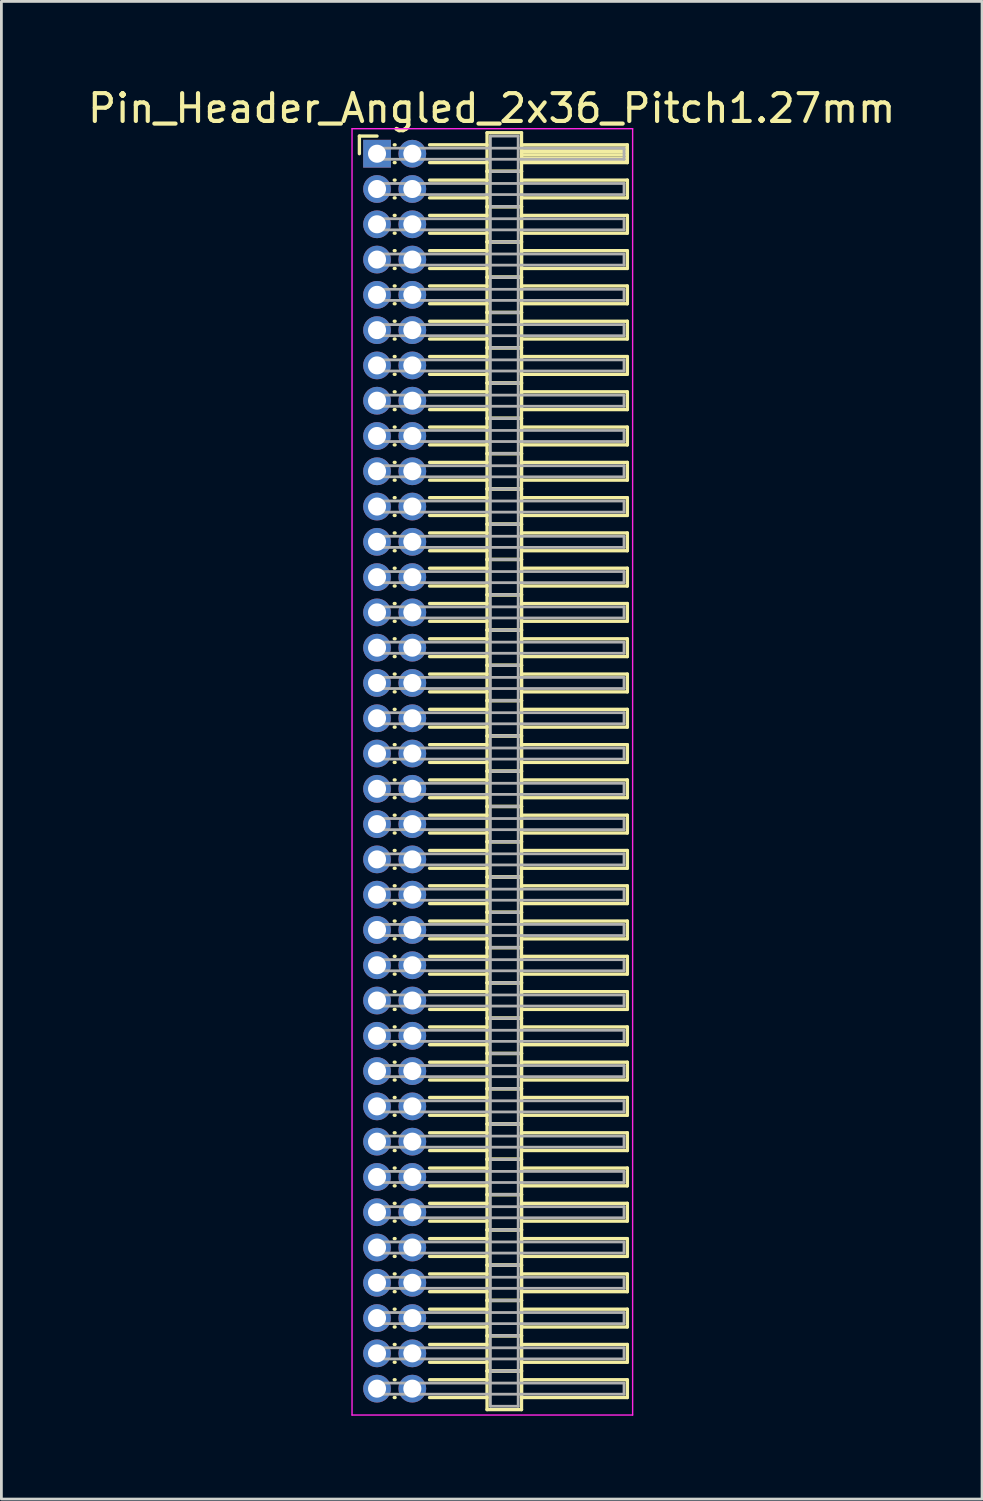
<source format=kicad_pcb>
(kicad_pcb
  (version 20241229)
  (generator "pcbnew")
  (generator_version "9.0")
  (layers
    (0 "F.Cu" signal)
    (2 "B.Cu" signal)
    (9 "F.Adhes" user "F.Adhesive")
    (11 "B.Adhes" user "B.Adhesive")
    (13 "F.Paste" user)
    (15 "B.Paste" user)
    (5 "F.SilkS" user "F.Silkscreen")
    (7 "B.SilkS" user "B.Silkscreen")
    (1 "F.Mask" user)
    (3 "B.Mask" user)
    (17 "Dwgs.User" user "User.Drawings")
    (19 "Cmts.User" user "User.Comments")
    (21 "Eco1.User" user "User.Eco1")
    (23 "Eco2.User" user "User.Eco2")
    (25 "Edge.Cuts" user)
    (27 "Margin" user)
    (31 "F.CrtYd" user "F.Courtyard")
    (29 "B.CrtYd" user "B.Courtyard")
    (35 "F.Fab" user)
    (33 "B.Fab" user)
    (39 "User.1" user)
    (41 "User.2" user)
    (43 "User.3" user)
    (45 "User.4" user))
  (footprint "Pin_Header_Angled_2x36_Pitch1.27mm"
    (layer "F.Cu")
    (at 10.521 2.483)
    (property "Reference" "Pin_Header_Angled_2x36_Pitch1.27mm" (at 4.128 -1.635 0) (layer "F.SilkS") (effects (font (size 1 1) (thickness 0.15))))
    (attr through_hole)
    (fp_line (start -0.635 -0.635) (end 0 -0.635) (stroke (width 0.12) (type solid)) (layer "F.SilkS"))
    (fp_line (start -0.635 0) (end -0.635 -0.635) (stroke (width 0.12) (type solid)) (layer "F.SilkS"))
    (fp_line (start 0.62 -0.32) (end 0.65 -0.32) (stroke (width 0.12) (type solid)) (layer "F.SilkS"))
    (fp_line (start 0.62 0.32) (end 0.65 0.32) (stroke (width 0.12) (type solid)) (layer "F.SilkS"))
    (fp_line (start 0.62 0.95) (end 0.65 0.95) (stroke (width 0.12) (type solid)) (layer "F.SilkS"))
    (fp_line (start 0.62 1.59) (end 0.65 1.59) (stroke (width 0.12) (type solid)) (layer "F.SilkS"))
    (fp_line (start 0.62 2.22) (end 0.65 2.22) (stroke (width 0.12) (type solid)) (layer "F.SilkS"))
    (fp_line (start 0.62 2.86) (end 0.65 2.86) (stroke (width 0.12) (type solid)) (layer "F.SilkS"))
    (fp_line (start 0.62 3.49) (end 0.65 3.49) (stroke (width 0.12) (type solid)) (layer "F.SilkS"))
    (fp_line (start 0.62 4.13) (end 0.65 4.13) (stroke (width 0.12) (type solid)) (layer "F.SilkS"))
    (fp_line (start 0.62 4.76) (end 0.65 4.76) (stroke (width 0.12) (type solid)) (layer "F.SilkS"))
    (fp_line (start 0.62 5.4) (end 0.65 5.4) (stroke (width 0.12) (type solid)) (layer "F.SilkS"))
    (fp_line (start 0.62 6.03) (end 0.65 6.03) (stroke (width 0.12) (type solid)) (layer "F.SilkS"))
    (fp_line (start 0.62 6.67) (end 0.65 6.67) (stroke (width 0.12) (type solid)) (layer "F.SilkS"))
    (fp_line (start 0.62 7.3) (end 0.65 7.3) (stroke (width 0.12) (type solid)) (layer "F.SilkS"))
    (fp_line (start 0.62 7.94) (end 0.65 7.94) (stroke (width 0.12) (type solid)) (layer "F.SilkS"))
    (fp_line (start 0.62 8.57) (end 0.65 8.57) (stroke (width 0.12) (type solid)) (layer "F.SilkS"))
    (fp_line (start 0.62 9.21) (end 0.65 9.21) (stroke (width 0.12) (type solid)) (layer "F.SilkS"))
    (fp_line (start 0.62 9.84) (end 0.65 9.84) (stroke (width 0.12) (type solid)) (layer "F.SilkS"))
    (fp_line (start 0.62 10.48) (end 0.65 10.48) (stroke (width 0.12) (type solid)) (layer "F.SilkS"))
    (fp_line (start 0.62 11.11) (end 0.65 11.11) (stroke (width 0.12) (type solid)) (layer "F.SilkS"))
    (fp_line (start 0.62 11.75) (end 0.65 11.75) (stroke (width 0.12) (type solid)) (layer "F.SilkS"))
    (fp_line (start 0.62 12.38) (end 0.65 12.38) (stroke (width 0.12) (type solid)) (layer "F.SilkS"))
    (fp_line (start 0.62 13.02) (end 0.65 13.02) (stroke (width 0.12) (type solid)) (layer "F.SilkS"))
    (fp_line (start 0.62 13.65) (end 0.65 13.65) (stroke (width 0.12) (type solid)) (layer "F.SilkS"))
    (fp_line (start 0.62 14.29) (end 0.65 14.29) (stroke (width 0.12) (type solid)) (layer "F.SilkS"))
    (fp_line (start 0.62 14.92) (end 0.65 14.92) (stroke (width 0.12) (type solid)) (layer "F.SilkS"))
    (fp_line (start 0.62 15.56) (end 0.65 15.56) (stroke (width 0.12) (type solid)) (layer "F.SilkS"))
    (fp_line (start 0.62 16.19) (end 0.65 16.19) (stroke (width 0.12) (type solid)) (layer "F.SilkS"))
    (fp_line (start 0.62 16.83) (end 0.65 16.83) (stroke (width 0.12) (type solid)) (layer "F.SilkS"))
    (fp_line (start 0.62 17.46) (end 0.65 17.46) (stroke (width 0.12) (type solid)) (layer "F.SilkS"))
    (fp_line (start 0.62 18.1) (end 0.65 18.1) (stroke (width 0.12) (type solid)) (layer "F.SilkS"))
    (fp_line (start 0.62 18.73) (end 0.65 18.73) (stroke (width 0.12) (type solid)) (layer "F.SilkS"))
    (fp_line (start 0.62 19.37) (end 0.65 19.37) (stroke (width 0.12) (type solid)) (layer "F.SilkS"))
    (fp_line (start 0.62 20) (end 0.65 20) (stroke (width 0.12) (type solid)) (layer "F.SilkS"))
    (fp_line (start 0.62 20.64) (end 0.65 20.64) (stroke (width 0.12) (type solid)) (layer "F.SilkS"))
    (fp_line (start 0.62 21.27) (end 0.65 21.27) (stroke (width 0.12) (type solid)) (layer "F.SilkS"))
    (fp_line (start 0.62 21.91) (end 0.65 21.91) (stroke (width 0.12) (type solid)) (layer "F.SilkS"))
    (fp_line (start 0.62 22.54) (end 0.65 22.54) (stroke (width 0.12) (type solid)) (layer "F.SilkS"))
    (fp_line (start 0.62 23.18) (end 0.65 23.18) (stroke (width 0.12) (type solid)) (layer "F.SilkS"))
    (fp_line (start 0.62 23.81) (end 0.65 23.81) (stroke (width 0.12) (type solid)) (layer "F.SilkS"))
    (fp_line (start 0.62 24.45) (end 0.65 24.45) (stroke (width 0.12) (type solid)) (layer "F.SilkS"))
    (fp_line (start 0.62 25.08) (end 0.65 25.08) (stroke (width 0.12) (type solid)) (layer "F.SilkS"))
    (fp_line (start 0.62 25.72) (end 0.65 25.72) (stroke (width 0.12) (type solid)) (layer "F.SilkS"))
    (fp_line (start 0.62 26.35) (end 0.65 26.35) (stroke (width 0.12) (type solid)) (layer "F.SilkS"))
    (fp_line (start 0.62 26.99) (end 0.65 26.99) (stroke (width 0.12) (type solid)) (layer "F.SilkS"))
    (fp_line (start 0.62 27.62) (end 0.65 27.62) (stroke (width 0.12) (type solid)) (layer "F.SilkS"))
    (fp_line (start 0.62 28.26) (end 0.65 28.26) (stroke (width 0.12) (type solid)) (layer "F.SilkS"))
    (fp_line (start 0.62 28.89) (end 0.65 28.89) (stroke (width 0.12) (type solid)) (layer "F.SilkS"))
    (fp_line (start 0.62 29.53) (end 0.65 29.53) (stroke (width 0.12) (type solid)) (layer "F.SilkS"))
    (fp_line (start 0.62 30.16) (end 0.65 30.16) (stroke (width 0.12) (type solid)) (layer "F.SilkS"))
    (fp_line (start 0.62 30.8) (end 0.65 30.8) (stroke (width 0.12) (type solid)) (layer "F.SilkS"))
    (fp_line (start 0.62 31.43) (end 0.65 31.43) (stroke (width 0.12) (type solid)) (layer "F.SilkS"))
    (fp_line (start 0.62 32.07) (end 0.65 32.07) (stroke (width 0.12) (type solid)) (layer "F.SilkS"))
    (fp_line (start 0.62 32.7) (end 0.65 32.7) (stroke (width 0.12) (type solid)) (layer "F.SilkS"))
    (fp_line (start 0.62 33.34) (end 0.65 33.34) (stroke (width 0.12) (type solid)) (layer "F.SilkS"))
    (fp_line (start 0.62 33.97) (end 0.65 33.97) (stroke (width 0.12) (type solid)) (layer "F.SilkS"))
    (fp_line (start 0.62 34.61) (end 0.65 34.61) (stroke (width 0.12) (type solid)) (layer "F.SilkS"))
    (fp_line (start 0.62 35.24) (end 0.65 35.24) (stroke (width 0.12) (type solid)) (layer "F.SilkS"))
    (fp_line (start 0.62 35.88) (end 0.65 35.88) (stroke (width 0.12) (type solid)) (layer "F.SilkS"))
    (fp_line (start 0.62 36.51) (end 0.65 36.51) (stroke (width 0.12) (type solid)) (layer "F.SilkS"))
    (fp_line (start 0.62 37.15) (end 0.65 37.15) (stroke (width 0.12) (type solid)) (layer "F.SilkS"))
    (fp_line (start 0.62 37.78) (end 0.65 37.78) (stroke (width 0.12) (type solid)) (layer "F.SilkS"))
    (fp_line (start 0.62 38.42) (end 0.65 38.42) (stroke (width 0.12) (type solid)) (layer "F.SilkS"))
    (fp_line (start 0.62 39.05) (end 0.65 39.05) (stroke (width 0.12) (type solid)) (layer "F.SilkS"))
    (fp_line (start 0.62 39.69) (end 0.65 39.69) (stroke (width 0.12) (type solid)) (layer "F.SilkS"))
    (fp_line (start 0.62 40.32) (end 0.65 40.32) (stroke (width 0.12) (type solid)) (layer "F.SilkS"))
    (fp_line (start 0.62 40.96) (end 0.65 40.96) (stroke (width 0.12) (type solid)) (layer "F.SilkS"))
    (fp_line (start 0.62 41.59) (end 0.65 41.59) (stroke (width 0.12) (type solid)) (layer "F.SilkS"))
    (fp_line (start 0.62 42.23) (end 0.65 42.23) (stroke (width 0.12) (type solid)) (layer "F.SilkS"))
    (fp_line (start 0.62 42.86) (end 0.65 42.86) (stroke (width 0.12) (type solid)) (layer "F.SilkS"))
    (fp_line (start 0.62 43.5) (end 0.65 43.5) (stroke (width 0.12) (type solid)) (layer "F.SilkS"))
    (fp_line (start 0.62 44.13) (end 0.65 44.13) (stroke (width 0.12) (type solid)) (layer "F.SilkS"))
    (fp_line (start 0.62 44.77) (end 0.65 44.77) (stroke (width 0.12) (type solid)) (layer "F.SilkS"))
    (fp_line (start 1.89 -0.32) (end 3.96 -0.32) (stroke (width 0.12) (type solid)) (layer "F.SilkS"))
    (fp_line (start 1.89 0.32) (end 3.96 0.32) (stroke (width 0.12) (type solid)) (layer "F.SilkS"))
    (fp_line (start 1.89 0.95) (end 3.96 0.95) (stroke (width 0.12) (type solid)) (layer "F.SilkS"))
    (fp_line (start 1.89 1.59) (end 3.96 1.59) (stroke (width 0.12) (type solid)) (layer "F.SilkS"))
    (fp_line (start 1.89 2.22) (end 3.96 2.22) (stroke (width 0.12) (type solid)) (layer "F.SilkS"))
    (fp_line (start 1.89 2.86) (end 3.96 2.86) (stroke (width 0.12) (type solid)) (layer "F.SilkS"))
    (fp_line (start 1.89 3.49) (end 3.96 3.49) (stroke (width 0.12) (type solid)) (layer "F.SilkS"))
    (fp_line (start 1.89 4.13) (end 3.96 4.13) (stroke (width 0.12) (type solid)) (layer "F.SilkS"))
    (fp_line (start 1.89 4.76) (end 3.96 4.76) (stroke (width 0.12) (type solid)) (layer "F.SilkS"))
    (fp_line (start 1.89 5.4) (end 3.96 5.4) (stroke (width 0.12) (type solid)) (layer "F.SilkS"))
    (fp_line (start 1.89 6.03) (end 3.96 6.03) (stroke (width 0.12) (type solid)) (layer "F.SilkS"))
    (fp_line (start 1.89 6.67) (end 3.96 6.67) (stroke (width 0.12) (type solid)) (layer "F.SilkS"))
    (fp_line (start 1.89 7.3) (end 3.96 7.3) (stroke (width 0.12) (type solid)) (layer "F.SilkS"))
    (fp_line (start 1.89 7.94) (end 3.96 7.94) (stroke (width 0.12) (type solid)) (layer "F.SilkS"))
    (fp_line (start 1.89 8.57) (end 3.96 8.57) (stroke (width 0.12) (type solid)) (layer "F.SilkS"))
    (fp_line (start 1.89 9.21) (end 3.96 9.21) (stroke (width 0.12) (type solid)) (layer "F.SilkS"))
    (fp_line (start 1.89 9.84) (end 3.96 9.84) (stroke (width 0.12) (type solid)) (layer "F.SilkS"))
    (fp_line (start 1.89 10.48) (end 3.96 10.48) (stroke (width 0.12) (type solid)) (layer "F.SilkS"))
    (fp_line (start 1.89 11.11) (end 3.96 11.11) (stroke (width 0.12) (type solid)) (layer "F.SilkS"))
    (fp_line (start 1.89 11.75) (end 3.96 11.75) (stroke (width 0.12) (type solid)) (layer "F.SilkS"))
    (fp_line (start 1.89 12.38) (end 3.96 12.38) (stroke (width 0.12) (type solid)) (layer "F.SilkS"))
    (fp_line (start 1.89 13.02) (end 3.96 13.02) (stroke (width 0.12) (type solid)) (layer "F.SilkS"))
    (fp_line (start 1.89 13.65) (end 3.96 13.65) (stroke (width 0.12) (type solid)) (layer "F.SilkS"))
    (fp_line (start 1.89 14.29) (end 3.96 14.29) (stroke (width 0.12) (type solid)) (layer "F.SilkS"))
    (fp_line (start 1.89 14.92) (end 3.96 14.92) (stroke (width 0.12) (type solid)) (layer "F.SilkS"))
    (fp_line (start 1.89 15.56) (end 3.96 15.56) (stroke (width 0.12) (type solid)) (layer "F.SilkS"))
    (fp_line (start 1.89 16.19) (end 3.96 16.19) (stroke (width 0.12) (type solid)) (layer "F.SilkS"))
    (fp_line (start 1.89 16.83) (end 3.96 16.83) (stroke (width 0.12) (type solid)) (layer "F.SilkS"))
    (fp_line (start 1.89 17.46) (end 3.96 17.46) (stroke (width 0.12) (type solid)) (layer "F.SilkS"))
    (fp_line (start 1.89 18.1) (end 3.96 18.1) (stroke (width 0.12) (type solid)) (layer "F.SilkS"))
    (fp_line (start 1.89 18.73) (end 3.96 18.73) (stroke (width 0.12) (type solid)) (layer "F.SilkS"))
    (fp_line (start 1.89 19.37) (end 3.96 19.37) (stroke (width 0.12) (type solid)) (layer "F.SilkS"))
    (fp_line (start 1.89 20) (end 3.96 20) (stroke (width 0.12) (type solid)) (layer "F.SilkS"))
    (fp_line (start 1.89 20.64) (end 3.96 20.64) (stroke (width 0.12) (type solid)) (layer "F.SilkS"))
    (fp_line (start 1.89 21.27) (end 3.96 21.27) (stroke (width 0.12) (type solid)) (layer "F.SilkS"))
    (fp_line (start 1.89 21.91) (end 3.96 21.91) (stroke (width 0.12) (type solid)) (layer "F.SilkS"))
    (fp_line (start 1.89 22.54) (end 3.96 22.54) (stroke (width 0.12) (type solid)) (layer "F.SilkS"))
    (fp_line (start 1.89 23.18) (end 3.96 23.18) (stroke (width 0.12) (type solid)) (layer "F.SilkS"))
    (fp_line (start 1.89 23.81) (end 3.96 23.81) (stroke (width 0.12) (type solid)) (layer "F.SilkS"))
    (fp_line (start 1.89 24.45) (end 3.96 24.45) (stroke (width 0.12) (type solid)) (layer "F.SilkS"))
    (fp_line (start 1.89 25.08) (end 3.96 25.08) (stroke (width 0.12) (type solid)) (layer "F.SilkS"))
    (fp_line (start 1.89 25.72) (end 3.96 25.72) (stroke (width 0.12) (type solid)) (layer "F.SilkS"))
    (fp_line (start 1.89 26.35) (end 3.96 26.35) (stroke (width 0.12) (type solid)) (layer "F.SilkS"))
    (fp_line (start 1.89 26.99) (end 3.96 26.99) (stroke (width 0.12) (type solid)) (layer "F.SilkS"))
    (fp_line (start 1.89 27.62) (end 3.96 27.62) (stroke (width 0.12) (type solid)) (layer "F.SilkS"))
    (fp_line (start 1.89 28.26) (end 3.96 28.26) (stroke (width 0.12) (type solid)) (layer "F.SilkS"))
    (fp_line (start 1.89 28.89) (end 3.96 28.89) (stroke (width 0.12) (type solid)) (layer "F.SilkS"))
    (fp_line (start 1.89 29.53) (end 3.96 29.53) (stroke (width 0.12) (type solid)) (layer "F.SilkS"))
    (fp_line (start 1.89 30.16) (end 3.96 30.16) (stroke (width 0.12) (type solid)) (layer "F.SilkS"))
    (fp_line (start 1.89 30.8) (end 3.96 30.8) (stroke (width 0.12) (type solid)) (layer "F.SilkS"))
    (fp_line (start 1.89 31.43) (end 3.96 31.43) (stroke (width 0.12) (type solid)) (layer "F.SilkS"))
    (fp_line (start 1.89 32.07) (end 3.96 32.07) (stroke (width 0.12) (type solid)) (layer "F.SilkS"))
    (fp_line (start 1.89 32.7) (end 3.96 32.7) (stroke (width 0.12) (type solid)) (layer "F.SilkS"))
    (fp_line (start 1.89 33.34) (end 3.96 33.34) (stroke (width 0.12) (type solid)) (layer "F.SilkS"))
    (fp_line (start 1.89 33.97) (end 3.96 33.97) (stroke (width 0.12) (type solid)) (layer "F.SilkS"))
    (fp_line (start 1.89 34.61) (end 3.96 34.61) (stroke (width 0.12) (type solid)) (layer "F.SilkS"))
    (fp_line (start 1.89 35.24) (end 3.96 35.24) (stroke (width 0.12) (type solid)) (layer "F.SilkS"))
    (fp_line (start 1.89 35.88) (end 3.96 35.88) (stroke (width 0.12) (type solid)) (layer "F.SilkS"))
    (fp_line (start 1.89 36.51) (end 3.96 36.51) (stroke (width 0.12) (type solid)) (layer "F.SilkS"))
    (fp_line (start 1.89 37.15) (end 3.96 37.15) (stroke (width 0.12) (type solid)) (layer "F.SilkS"))
    (fp_line (start 1.89 37.78) (end 3.96 37.78) (stroke (width 0.12) (type solid)) (layer "F.SilkS"))
    (fp_line (start 1.89 38.42) (end 3.96 38.42) (stroke (width 0.12) (type solid)) (layer "F.SilkS"))
    (fp_line (start 1.89 39.05) (end 3.96 39.05) (stroke (width 0.12) (type solid)) (layer "F.SilkS"))
    (fp_line (start 1.89 39.69) (end 3.96 39.69) (stroke (width 0.12) (type solid)) (layer "F.SilkS"))
    (fp_line (start 1.89 40.32) (end 3.96 40.32) (stroke (width 0.12) (type solid)) (layer "F.SilkS"))
    (fp_line (start 1.89 40.96) (end 3.96 40.96) (stroke (width 0.12) (type solid)) (layer "F.SilkS"))
    (fp_line (start 1.89 41.59) (end 3.96 41.59) (stroke (width 0.12) (type solid)) (layer "F.SilkS"))
    (fp_line (start 1.89 42.23) (end 3.96 42.23) (stroke (width 0.12) (type solid)) (layer "F.SilkS"))
    (fp_line (start 1.89 42.86) (end 3.96 42.86) (stroke (width 0.12) (type solid)) (layer "F.SilkS"))
    (fp_line (start 1.89 43.5) (end 3.96 43.5) (stroke (width 0.12) (type solid)) (layer "F.SilkS"))
    (fp_line (start 1.89 44.13) (end 3.96 44.13) (stroke (width 0.12) (type solid)) (layer "F.SilkS"))
    (fp_line (start 1.89 44.77) (end 3.96 44.77) (stroke (width 0.12) (type solid)) (layer "F.SilkS"))
    (fp_line (start 3.96 -0.755) (end 3.96 0.635) (stroke (width 0.12) (type solid)) (layer "F.SilkS"))
    (fp_line (start 3.96 0.635) (end 3.96 1.905) (stroke (width 0.12) (type solid)) (layer "F.SilkS"))
    (fp_line (start 3.96 0.635) (end 5.2 0.635) (stroke (width 0.12) (type solid)) (layer "F.SilkS"))
    (fp_line (start 3.96 1.905) (end 3.96 3.175) (stroke (width 0.12) (type solid)) (layer "F.SilkS"))
    (fp_line (start 3.96 1.905) (end 5.2 1.905) (stroke (width 0.12) (type solid)) (layer "F.SilkS"))
    (fp_line (start 3.96 3.175) (end 3.96 4.445) (stroke (width 0.12) (type solid)) (layer "F.SilkS"))
    (fp_line (start 3.96 3.175) (end 5.2 3.175) (stroke (width 0.12) (type solid)) (layer "F.SilkS"))
    (fp_line (start 3.96 4.445) (end 3.96 5.715) (stroke (width 0.12) (type solid)) (layer "F.SilkS"))
    (fp_line (start 3.96 4.445) (end 5.2 4.445) (stroke (width 0.12) (type solid)) (layer "F.SilkS"))
    (fp_line (start 3.96 5.715) (end 3.96 6.985) (stroke (width 0.12) (type solid)) (layer "F.SilkS"))
    (fp_line (start 3.96 5.715) (end 5.2 5.715) (stroke (width 0.12) (type solid)) (layer "F.SilkS"))
    (fp_line (start 3.96 6.985) (end 3.96 8.255) (stroke (width 0.12) (type solid)) (layer "F.SilkS"))
    (fp_line (start 3.96 6.985) (end 5.2 6.985) (stroke (width 0.12) (type solid)) (layer "F.SilkS"))
    (fp_line (start 3.96 8.255) (end 3.96 9.525) (stroke (width 0.12) (type solid)) (layer "F.SilkS"))
    (fp_line (start 3.96 8.255) (end 5.2 8.255) (stroke (width 0.12) (type solid)) (layer "F.SilkS"))
    (fp_line (start 3.96 9.525) (end 3.96 10.795) (stroke (width 0.12) (type solid)) (layer "F.SilkS"))
    (fp_line (start 3.96 9.525) (end 5.2 9.525) (stroke (width 0.12) (type solid)) (layer "F.SilkS"))
    (fp_line (start 3.96 10.795) (end 3.96 12.065) (stroke (width 0.12) (type solid)) (layer "F.SilkS"))
    (fp_line (start 3.96 10.795) (end 5.2 10.795) (stroke (width 0.12) (type solid)) (layer "F.SilkS"))
    (fp_line (start 3.96 12.065) (end 3.96 13.335) (stroke (width 0.12) (type solid)) (layer "F.SilkS"))
    (fp_line (start 3.96 12.065) (end 5.2 12.065) (stroke (width 0.12) (type solid)) (layer "F.SilkS"))
    (fp_line (start 3.96 13.335) (end 3.96 14.605) (stroke (width 0.12) (type solid)) (layer "F.SilkS"))
    (fp_line (start 3.96 13.335) (end 5.2 13.335) (stroke (width 0.12) (type solid)) (layer "F.SilkS"))
    (fp_line (start 3.96 14.605) (end 3.96 15.875) (stroke (width 0.12) (type solid)) (layer "F.SilkS"))
    (fp_line (start 3.96 14.605) (end 5.2 14.605) (stroke (width 0.12) (type solid)) (layer "F.SilkS"))
    (fp_line (start 3.96 15.875) (end 3.96 17.145) (stroke (width 0.12) (type solid)) (layer "F.SilkS"))
    (fp_line (start 3.96 15.875) (end 5.2 15.875) (stroke (width 0.12) (type solid)) (layer "F.SilkS"))
    (fp_line (start 3.96 17.145) (end 3.96 18.415) (stroke (width 0.12) (type solid)) (layer "F.SilkS"))
    (fp_line (start 3.96 17.145) (end 5.2 17.145) (stroke (width 0.12) (type solid)) (layer "F.SilkS"))
    (fp_line (start 3.96 18.415) (end 3.96 19.685) (stroke (width 0.12) (type solid)) (layer "F.SilkS"))
    (fp_line (start 3.96 18.415) (end 5.2 18.415) (stroke (width 0.12) (type solid)) (layer "F.SilkS"))
    (fp_line (start 3.96 19.685) (end 3.96 20.955) (stroke (width 0.12) (type solid)) (layer "F.SilkS"))
    (fp_line (start 3.96 19.685) (end 5.2 19.685) (stroke (width 0.12) (type solid)) (layer "F.SilkS"))
    (fp_line (start 3.96 20.955) (end 3.96 22.225) (stroke (width 0.12) (type solid)) (layer "F.SilkS"))
    (fp_line (start 3.96 20.955) (end 5.2 20.955) (stroke (width 0.12) (type solid)) (layer "F.SilkS"))
    (fp_line (start 3.96 22.225) (end 3.96 23.495) (stroke (width 0.12) (type solid)) (layer "F.SilkS"))
    (fp_line (start 3.96 22.225) (end 5.2 22.225) (stroke (width 0.12) (type solid)) (layer "F.SilkS"))
    (fp_line (start 3.96 23.495) (end 3.96 24.765) (stroke (width 0.12) (type solid)) (layer "F.SilkS"))
    (fp_line (start 3.96 23.495) (end 5.2 23.495) (stroke (width 0.12) (type solid)) (layer "F.SilkS"))
    (fp_line (start 3.96 24.765) (end 3.96 26.035) (stroke (width 0.12) (type solid)) (layer "F.SilkS"))
    (fp_line (start 3.96 24.765) (end 5.2 24.765) (stroke (width 0.12) (type solid)) (layer "F.SilkS"))
    (fp_line (start 3.96 26.035) (end 3.96 27.305) (stroke (width 0.12) (type solid)) (layer "F.SilkS"))
    (fp_line (start 3.96 26.035) (end 5.2 26.035) (stroke (width 0.12) (type solid)) (layer "F.SilkS"))
    (fp_line (start 3.96 27.305) (end 3.96 28.575) (stroke (width 0.12) (type solid)) (layer "F.SilkS"))
    (fp_line (start 3.96 27.305) (end 5.2 27.305) (stroke (width 0.12) (type solid)) (layer "F.SilkS"))
    (fp_line (start 3.96 28.575) (end 3.96 29.845) (stroke (width 0.12) (type solid)) (layer "F.SilkS"))
    (fp_line (start 3.96 28.575) (end 5.2 28.575) (stroke (width 0.12) (type solid)) (layer "F.SilkS"))
    (fp_line (start 3.96 29.845) (end 3.96 31.115) (stroke (width 0.12) (type solid)) (layer "F.SilkS"))
    (fp_line (start 3.96 29.845) (end 5.2 29.845) (stroke (width 0.12) (type solid)) (layer "F.SilkS"))
    (fp_line (start 3.96 31.115) (end 3.96 32.385) (stroke (width 0.12) (type solid)) (layer "F.SilkS"))
    (fp_line (start 3.96 31.115) (end 5.2 31.115) (stroke (width 0.12) (type solid)) (layer "F.SilkS"))
    (fp_line (start 3.96 32.385) (end 3.96 33.655) (stroke (width 0.12) (type solid)) (layer "F.SilkS"))
    (fp_line (start 3.96 32.385) (end 5.2 32.385) (stroke (width 0.12) (type solid)) (layer "F.SilkS"))
    (fp_line (start 3.96 33.655) (end 3.96 34.925) (stroke (width 0.12) (type solid)) (layer "F.SilkS"))
    (fp_line (start 3.96 33.655) (end 5.2 33.655) (stroke (width 0.12) (type solid)) (layer "F.SilkS"))
    (fp_line (start 3.96 34.925) (end 3.96 36.195) (stroke (width 0.12) (type solid)) (layer "F.SilkS"))
    (fp_line (start 3.96 34.925) (end 5.2 34.925) (stroke (width 0.12) (type solid)) (layer "F.SilkS"))
    (fp_line (start 3.96 36.195) (end 3.96 37.465) (stroke (width 0.12) (type solid)) (layer "F.SilkS"))
    (fp_line (start 3.96 36.195) (end 5.2 36.195) (stroke (width 0.12) (type solid)) (layer "F.SilkS"))
    (fp_line (start 3.96 37.465) (end 3.96 38.735) (stroke (width 0.12) (type solid)) (layer "F.SilkS"))
    (fp_line (start 3.96 37.465) (end 5.2 37.465) (stroke (width 0.12) (type solid)) (layer "F.SilkS"))
    (fp_line (start 3.96 38.735) (end 3.96 40.005) (stroke (width 0.12) (type solid)) (layer "F.SilkS"))
    (fp_line (start 3.96 38.735) (end 5.2 38.735) (stroke (width 0.12) (type solid)) (layer "F.SilkS"))
    (fp_line (start 3.96 40.005) (end 3.96 41.275) (stroke (width 0.12) (type solid)) (layer "F.SilkS"))
    (fp_line (start 3.96 40.005) (end 5.2 40.005) (stroke (width 0.12) (type solid)) (layer "F.SilkS"))
    (fp_line (start 3.96 41.275) (end 3.96 42.545) (stroke (width 0.12) (type solid)) (layer "F.SilkS"))
    (fp_line (start 3.96 41.275) (end 5.2 41.275) (stroke (width 0.12) (type solid)) (layer "F.SilkS"))
    (fp_line (start 3.96 42.545) (end 3.96 43.815) (stroke (width 0.12) (type solid)) (layer "F.SilkS"))
    (fp_line (start 3.96 42.545) (end 5.2 42.545) (stroke (width 0.12) (type solid)) (layer "F.SilkS"))
    (fp_line (start 3.96 43.815) (end 3.96 45.205) (stroke (width 0.12) (type solid)) (layer "F.SilkS"))
    (fp_line (start 3.96 43.815) (end 5.2 43.815) (stroke (width 0.12) (type solid)) (layer "F.SilkS"))
    (fp_line (start 3.96 45.205) (end 5.2 45.205) (stroke (width 0.12) (type solid)) (layer "F.SilkS"))
    (fp_line (start 5.2 -0.755) (end 3.96 -0.755) (stroke (width 0.12) (type solid)) (layer "F.SilkS"))
    (fp_line (start 5.2 -0.32) (end 5.2 0.32) (stroke (width 0.12) (type solid)) (layer "F.SilkS"))
    (fp_line (start 5.2 -0.2) (end 9.01 -0.2) (stroke (width 0.12) (type solid)) (layer "F.SilkS"))
    (fp_line (start 5.2 -0.08) (end 9.01 -0.08) (stroke (width 0.12) (type solid)) (layer "F.SilkS"))
    (fp_line (start 5.2 0.04) (end 9.01 0.04) (stroke (width 0.12) (type solid)) (layer "F.SilkS"))
    (fp_line (start 5.2 0.16) (end 9.01 0.16) (stroke (width 0.12) (type solid)) (layer "F.SilkS"))
    (fp_line (start 5.2 0.28) (end 9.01 0.28) (stroke (width 0.12) (type solid)) (layer "F.SilkS"))
    (fp_line (start 5.2 0.32) (end 9.01 0.32) (stroke (width 0.12) (type solid)) (layer "F.SilkS"))
    (fp_line (start 5.2 0.635) (end 3.96 0.635) (stroke (width 0.12) (type solid)) (layer "F.SilkS"))
    (fp_line (start 5.2 0.635) (end 5.2 -0.755) (stroke (width 0.12) (type solid)) (layer "F.SilkS"))
    (fp_line (start 5.2 0.95) (end 5.2 1.59) (stroke (width 0.12) (type solid)) (layer "F.SilkS"))
    (fp_line (start 5.2 1.59) (end 9.01 1.59) (stroke (width 0.12) (type solid)) (layer "F.SilkS"))
    (fp_line (start 5.2 1.905) (end 3.96 1.905) (stroke (width 0.12) (type solid)) (layer "F.SilkS"))
    (fp_line (start 5.2 1.905) (end 5.2 0.635) (stroke (width 0.12) (type solid)) (layer "F.SilkS"))
    (fp_line (start 5.2 2.22) (end 5.2 2.86) (stroke (width 0.12) (type solid)) (layer "F.SilkS"))
    (fp_line (start 5.2 2.86) (end 9.01 2.86) (stroke (width 0.12) (type solid)) (layer "F.SilkS"))
    (fp_line (start 5.2 3.175) (end 3.96 3.175) (stroke (width 0.12) (type solid)) (layer "F.SilkS"))
    (fp_line (start 5.2 3.175) (end 5.2 1.905) (stroke (width 0.12) (type solid)) (layer "F.SilkS"))
    (fp_line (start 5.2 3.49) (end 5.2 4.13) (stroke (width 0.12) (type solid)) (layer "F.SilkS"))
    (fp_line (start 5.2 4.13) (end 9.01 4.13) (stroke (width 0.12) (type solid)) (layer "F.SilkS"))
    (fp_line (start 5.2 4.445) (end 3.96 4.445) (stroke (width 0.12) (type solid)) (layer "F.SilkS"))
    (fp_line (start 5.2 4.445) (end 5.2 3.175) (stroke (width 0.12) (type solid)) (layer "F.SilkS"))
    (fp_line (start 5.2 4.76) (end 5.2 5.4) (stroke (width 0.12) (type solid)) (layer "F.SilkS"))
    (fp_line (start 5.2 5.4) (end 9.01 5.4) (stroke (width 0.12) (type solid)) (layer "F.SilkS"))
    (fp_line (start 5.2 5.715) (end 3.96 5.715) (stroke (width 0.12) (type solid)) (layer "F.SilkS"))
    (fp_line (start 5.2 5.715) (end 5.2 4.445) (stroke (width 0.12) (type solid)) (layer "F.SilkS"))
    (fp_line (start 5.2 6.03) (end 5.2 6.67) (stroke (width 0.12) (type solid)) (layer "F.SilkS"))
    (fp_line (start 5.2 6.67) (end 9.01 6.67) (stroke (width 0.12) (type solid)) (layer "F.SilkS"))
    (fp_line (start 5.2 6.985) (end 3.96 6.985) (stroke (width 0.12) (type solid)) (layer "F.SilkS"))
    (fp_line (start 5.2 6.985) (end 5.2 5.715) (stroke (width 0.12) (type solid)) (layer "F.SilkS"))
    (fp_line (start 5.2 7.3) (end 5.2 7.94) (stroke (width 0.12) (type solid)) (layer "F.SilkS"))
    (fp_line (start 5.2 7.94) (end 9.01 7.94) (stroke (width 0.12) (type solid)) (layer "F.SilkS"))
    (fp_line (start 5.2 8.255) (end 3.96 8.255) (stroke (width 0.12) (type solid)) (layer "F.SilkS"))
    (fp_line (start 5.2 8.255) (end 5.2 6.985) (stroke (width 0.12) (type solid)) (layer "F.SilkS"))
    (fp_line (start 5.2 8.57) (end 5.2 9.21) (stroke (width 0.12) (type solid)) (layer "F.SilkS"))
    (fp_line (start 5.2 9.21) (end 9.01 9.21) (stroke (width 0.12) (type solid)) (layer "F.SilkS"))
    (fp_line (start 5.2 9.525) (end 3.96 9.525) (stroke (width 0.12) (type solid)) (layer "F.SilkS"))
    (fp_line (start 5.2 9.525) (end 5.2 8.255) (stroke (width 0.12) (type solid)) (layer "F.SilkS"))
    (fp_line (start 5.2 9.84) (end 5.2 10.48) (stroke (width 0.12) (type solid)) (layer "F.SilkS"))
    (fp_line (start 5.2 10.48) (end 9.01 10.48) (stroke (width 0.12) (type solid)) (layer "F.SilkS"))
    (fp_line (start 5.2 10.795) (end 3.96 10.795) (stroke (width 0.12) (type solid)) (layer "F.SilkS"))
    (fp_line (start 5.2 10.795) (end 5.2 9.525) (stroke (width 0.12) (type solid)) (layer "F.SilkS"))
    (fp_line (start 5.2 11.11) (end 5.2 11.75) (stroke (width 0.12) (type solid)) (layer "F.SilkS"))
    (fp_line (start 5.2 11.75) (end 9.01 11.75) (stroke (width 0.12) (type solid)) (layer "F.SilkS"))
    (fp_line (start 5.2 12.065) (end 3.96 12.065) (stroke (width 0.12) (type solid)) (layer "F.SilkS"))
    (fp_line (start 5.2 12.065) (end 5.2 10.795) (stroke (width 0.12) (type solid)) (layer "F.SilkS"))
    (fp_line (start 5.2 12.38) (end 5.2 13.02) (stroke (width 0.12) (type solid)) (layer "F.SilkS"))
    (fp_line (start 5.2 13.02) (end 9.01 13.02) (stroke (width 0.12) (type solid)) (layer "F.SilkS"))
    (fp_line (start 5.2 13.335) (end 3.96 13.335) (stroke (width 0.12) (type solid)) (layer "F.SilkS"))
    (fp_line (start 5.2 13.335) (end 5.2 12.065) (stroke (width 0.12) (type solid)) (layer "F.SilkS"))
    (fp_line (start 5.2 13.65) (end 5.2 14.29) (stroke (width 0.12) (type solid)) (layer "F.SilkS"))
    (fp_line (start 5.2 14.29) (end 9.01 14.29) (stroke (width 0.12) (type solid)) (layer "F.SilkS"))
    (fp_line (start 5.2 14.605) (end 3.96 14.605) (stroke (width 0.12) (type solid)) (layer "F.SilkS"))
    (fp_line (start 5.2 14.605) (end 5.2 13.335) (stroke (width 0.12) (type solid)) (layer "F.SilkS"))
    (fp_line (start 5.2 14.92) (end 5.2 15.56) (stroke (width 0.12) (type solid)) (layer "F.SilkS"))
    (fp_line (start 5.2 15.56) (end 9.01 15.56) (stroke (width 0.12) (type solid)) (layer "F.SilkS"))
    (fp_line (start 5.2 15.875) (end 3.96 15.875) (stroke (width 0.12) (type solid)) (layer "F.SilkS"))
    (fp_line (start 5.2 15.875) (end 5.2 14.605) (stroke (width 0.12) (type solid)) (layer "F.SilkS"))
    (fp_line (start 5.2 16.19) (end 5.2 16.83) (stroke (width 0.12) (type solid)) (layer "F.SilkS"))
    (fp_line (start 5.2 16.83) (end 9.01 16.83) (stroke (width 0.12) (type solid)) (layer "F.SilkS"))
    (fp_line (start 5.2 17.145) (end 3.96 17.145) (stroke (width 0.12) (type solid)) (layer "F.SilkS"))
    (fp_line (start 5.2 17.145) (end 5.2 15.875) (stroke (width 0.12) (type solid)) (layer "F.SilkS"))
    (fp_line (start 5.2 17.46) (end 5.2 18.1) (stroke (width 0.12) (type solid)) (layer "F.SilkS"))
    (fp_line (start 5.2 18.1) (end 9.01 18.1) (stroke (width 0.12) (type solid)) (layer "F.SilkS"))
    (fp_line (start 5.2 18.415) (end 3.96 18.415) (stroke (width 0.12) (type solid)) (layer "F.SilkS"))
    (fp_line (start 5.2 18.415) (end 5.2 17.145) (stroke (width 0.12) (type solid)) (layer "F.SilkS"))
    (fp_line (start 5.2 18.73) (end 5.2 19.37) (stroke (width 0.12) (type solid)) (layer "F.SilkS"))
    (fp_line (start 5.2 19.37) (end 9.01 19.37) (stroke (width 0.12) (type solid)) (layer "F.SilkS"))
    (fp_line (start 5.2 19.685) (end 3.96 19.685) (stroke (width 0.12) (type solid)) (layer "F.SilkS"))
    (fp_line (start 5.2 19.685) (end 5.2 18.415) (stroke (width 0.12) (type solid)) (layer "F.SilkS"))
    (fp_line (start 5.2 20) (end 5.2 20.64) (stroke (width 0.12) (type solid)) (layer "F.SilkS"))
    (fp_line (start 5.2 20.64) (end 9.01 20.64) (stroke (width 0.12) (type solid)) (layer "F.SilkS"))
    (fp_line (start 5.2 20.955) (end 3.96 20.955) (stroke (width 0.12) (type solid)) (layer "F.SilkS"))
    (fp_line (start 5.2 20.955) (end 5.2 19.685) (stroke (width 0.12) (type solid)) (layer "F.SilkS"))
    (fp_line (start 5.2 21.27) (end 5.2 21.91) (stroke (width 0.12) (type solid)) (layer "F.SilkS"))
    (fp_line (start 5.2 21.91) (end 9.01 21.91) (stroke (width 0.12) (type solid)) (layer "F.SilkS"))
    (fp_line (start 5.2 22.225) (end 3.96 22.225) (stroke (width 0.12) (type solid)) (layer "F.SilkS"))
    (fp_line (start 5.2 22.225) (end 5.2 20.955) (stroke (width 0.12) (type solid)) (layer "F.SilkS"))
    (fp_line (start 5.2 22.54) (end 5.2 23.18) (stroke (width 0.12) (type solid)) (layer "F.SilkS"))
    (fp_line (start 5.2 23.18) (end 9.01 23.18) (stroke (width 0.12) (type solid)) (layer "F.SilkS"))
    (fp_line (start 5.2 23.495) (end 3.96 23.495) (stroke (width 0.12) (type solid)) (layer "F.SilkS"))
    (fp_line (start 5.2 23.495) (end 5.2 22.225) (stroke (width 0.12) (type solid)) (layer "F.SilkS"))
    (fp_line (start 5.2 23.81) (end 5.2 24.45) (stroke (width 0.12) (type solid)) (layer "F.SilkS"))
    (fp_line (start 5.2 24.45) (end 9.01 24.45) (stroke (width 0.12) (type solid)) (layer "F.SilkS"))
    (fp_line (start 5.2 24.765) (end 3.96 24.765) (stroke (width 0.12) (type solid)) (layer "F.SilkS"))
    (fp_line (start 5.2 24.765) (end 5.2 23.495) (stroke (width 0.12) (type solid)) (layer "F.SilkS"))
    (fp_line (start 5.2 25.08) (end 5.2 25.72) (stroke (width 0.12) (type solid)) (layer "F.SilkS"))
    (fp_line (start 5.2 25.72) (end 9.01 25.72) (stroke (width 0.12) (type solid)) (layer "F.SilkS"))
    (fp_line (start 5.2 26.035) (end 3.96 26.035) (stroke (width 0.12) (type solid)) (layer "F.SilkS"))
    (fp_line (start 5.2 26.035) (end 5.2 24.765) (stroke (width 0.12) (type solid)) (layer "F.SilkS"))
    (fp_line (start 5.2 26.35) (end 5.2 26.99) (stroke (width 0.12) (type solid)) (layer "F.SilkS"))
    (fp_line (start 5.2 26.99) (end 9.01 26.99) (stroke (width 0.12) (type solid)) (layer "F.SilkS"))
    (fp_line (start 5.2 27.305) (end 3.96 27.305) (stroke (width 0.12) (type solid)) (layer "F.SilkS"))
    (fp_line (start 5.2 27.305) (end 5.2 26.035) (stroke (width 0.12) (type solid)) (layer "F.SilkS"))
    (fp_line (start 5.2 27.62) (end 5.2 28.26) (stroke (width 0.12) (type solid)) (layer "F.SilkS"))
    (fp_line (start 5.2 28.26) (end 9.01 28.26) (stroke (width 0.12) (type solid)) (layer "F.SilkS"))
    (fp_line (start 5.2 28.575) (end 3.96 28.575) (stroke (width 0.12) (type solid)) (layer "F.SilkS"))
    (fp_line (start 5.2 28.575) (end 5.2 27.305) (stroke (width 0.12) (type solid)) (layer "F.SilkS"))
    (fp_line (start 5.2 28.89) (end 5.2 29.53) (stroke (width 0.12) (type solid)) (layer "F.SilkS"))
    (fp_line (start 5.2 29.53) (end 9.01 29.53) (stroke (width 0.12) (type solid)) (layer "F.SilkS"))
    (fp_line (start 5.2 29.845) (end 3.96 29.845) (stroke (width 0.12) (type solid)) (layer "F.SilkS"))
    (fp_line (start 5.2 29.845) (end 5.2 28.575) (stroke (width 0.12) (type solid)) (layer "F.SilkS"))
    (fp_line (start 5.2 30.16) (end 5.2 30.8) (stroke (width 0.12) (type solid)) (layer "F.SilkS"))
    (fp_line (start 5.2 30.8) (end 9.01 30.8) (stroke (width 0.12) (type solid)) (layer "F.SilkS"))
    (fp_line (start 5.2 31.115) (end 3.96 31.115) (stroke (width 0.12) (type solid)) (layer "F.SilkS"))
    (fp_line (start 5.2 31.115) (end 5.2 29.845) (stroke (width 0.12) (type solid)) (layer "F.SilkS"))
    (fp_line (start 5.2 31.43) (end 5.2 32.07) (stroke (width 0.12) (type solid)) (layer "F.SilkS"))
    (fp_line (start 5.2 32.07) (end 9.01 32.07) (stroke (width 0.12) (type solid)) (layer "F.SilkS"))
    (fp_line (start 5.2 32.385) (end 3.96 32.385) (stroke (width 0.12) (type solid)) (layer "F.SilkS"))
    (fp_line (start 5.2 32.385) (end 5.2 31.115) (stroke (width 0.12) (type solid)) (layer "F.SilkS"))
    (fp_line (start 5.2 32.7) (end 5.2 33.34) (stroke (width 0.12) (type solid)) (layer "F.SilkS"))
    (fp_line (start 5.2 33.34) (end 9.01 33.34) (stroke (width 0.12) (type solid)) (layer "F.SilkS"))
    (fp_line (start 5.2 33.655) (end 3.96 33.655) (stroke (width 0.12) (type solid)) (layer "F.SilkS"))
    (fp_line (start 5.2 33.655) (end 5.2 32.385) (stroke (width 0.12) (type solid)) (layer "F.SilkS"))
    (fp_line (start 5.2 33.97) (end 5.2 34.61) (stroke (width 0.12) (type solid)) (layer "F.SilkS"))
    (fp_line (start 5.2 34.61) (end 9.01 34.61) (stroke (width 0.12) (type solid)) (layer "F.SilkS"))
    (fp_line (start 5.2 34.925) (end 3.96 34.925) (stroke (width 0.12) (type solid)) (layer "F.SilkS"))
    (fp_line (start 5.2 34.925) (end 5.2 33.655) (stroke (width 0.12) (type solid)) (layer "F.SilkS"))
    (fp_line (start 5.2 35.24) (end 5.2 35.88) (stroke (width 0.12) (type solid)) (layer "F.SilkS"))
    (fp_line (start 5.2 35.88) (end 9.01 35.88) (stroke (width 0.12) (type solid)) (layer "F.SilkS"))
    (fp_line (start 5.2 36.195) (end 3.96 36.195) (stroke (width 0.12) (type solid)) (layer "F.SilkS"))
    (fp_line (start 5.2 36.195) (end 5.2 34.925) (stroke (width 0.12) (type solid)) (layer "F.SilkS"))
    (fp_line (start 5.2 36.51) (end 5.2 37.15) (stroke (width 0.12) (type solid)) (layer "F.SilkS"))
    (fp_line (start 5.2 37.15) (end 9.01 37.15) (stroke (width 0.12) (type solid)) (layer "F.SilkS"))
    (fp_line (start 5.2 37.465) (end 3.96 37.465) (stroke (width 0.12) (type solid)) (layer "F.SilkS"))
    (fp_line (start 5.2 37.465) (end 5.2 36.195) (stroke (width 0.12) (type solid)) (layer "F.SilkS"))
    (fp_line (start 5.2 37.78) (end 5.2 38.42) (stroke (width 0.12) (type solid)) (layer "F.SilkS"))
    (fp_line (start 5.2 38.42) (end 9.01 38.42) (stroke (width 0.12) (type solid)) (layer "F.SilkS"))
    (fp_line (start 5.2 38.735) (end 3.96 38.735) (stroke (width 0.12) (type solid)) (layer "F.SilkS"))
    (fp_line (start 5.2 38.735) (end 5.2 37.465) (stroke (width 0.12) (type solid)) (layer "F.SilkS"))
    (fp_line (start 5.2 39.05) (end 5.2 39.69) (stroke (width 0.12) (type solid)) (layer "F.SilkS"))
    (fp_line (start 5.2 39.69) (end 9.01 39.69) (stroke (width 0.12) (type solid)) (layer "F.SilkS"))
    (fp_line (start 5.2 40.005) (end 3.96 40.005) (stroke (width 0.12) (type solid)) (layer "F.SilkS"))
    (fp_line (start 5.2 40.005) (end 5.2 38.735) (stroke (width 0.12) (type solid)) (layer "F.SilkS"))
    (fp_line (start 5.2 40.32) (end 5.2 40.96) (stroke (width 0.12) (type solid)) (layer "F.SilkS"))
    (fp_line (start 5.2 40.96) (end 9.01 40.96) (stroke (width 0.12) (type solid)) (layer "F.SilkS"))
    (fp_line (start 5.2 41.275) (end 3.96 41.275) (stroke (width 0.12) (type solid)) (layer "F.SilkS"))
    (fp_line (start 5.2 41.275) (end 5.2 40.005) (stroke (width 0.12) (type solid)) (layer "F.SilkS"))
    (fp_line (start 5.2 41.59) (end 5.2 42.23) (stroke (width 0.12) (type solid)) (layer "F.SilkS"))
    (fp_line (start 5.2 42.23) (end 9.01 42.23) (stroke (width 0.12) (type solid)) (layer "F.SilkS"))
    (fp_line (start 5.2 42.545) (end 3.96 42.545) (stroke (width 0.12) (type solid)) (layer "F.SilkS"))
    (fp_line (start 5.2 42.545) (end 5.2 41.275) (stroke (width 0.12) (type solid)) (layer "F.SilkS"))
    (fp_line (start 5.2 42.86) (end 5.2 43.5) (stroke (width 0.12) (type solid)) (layer "F.SilkS"))
    (fp_line (start 5.2 43.5) (end 9.01 43.5) (stroke (width 0.12) (type solid)) (layer "F.SilkS"))
    (fp_line (start 5.2 43.815) (end 3.96 43.815) (stroke (width 0.12) (type solid)) (layer "F.SilkS"))
    (fp_line (start 5.2 43.815) (end 5.2 42.545) (stroke (width 0.12) (type solid)) (layer "F.SilkS"))
    (fp_line (start 5.2 44.13) (end 5.2 44.77) (stroke (width 0.12) (type solid)) (layer "F.SilkS"))
    (fp_line (start 5.2 44.77) (end 9.01 44.77) (stroke (width 0.12) (type solid)) (layer "F.SilkS"))
    (fp_line (start 5.2 45.205) (end 5.2 43.815) (stroke (width 0.12) (type solid)) (layer "F.SilkS"))
    (fp_line (start 9.01 -0.32) (end 5.2 -0.32) (stroke (width 0.12) (type solid)) (layer "F.SilkS"))
    (fp_line (start 9.01 0.32) (end 9.01 -0.32) (stroke (width 0.12) (type solid)) (layer "F.SilkS"))
    (fp_line (start 9.01 0.95) (end 5.2 0.95) (stroke (width 0.12) (type solid)) (layer "F.SilkS"))
    (fp_line (start 9.01 1.59) (end 9.01 0.95) (stroke (width 0.12) (type solid)) (layer "F.SilkS"))
    (fp_line (start 9.01 2.22) (end 5.2 2.22) (stroke (width 0.12) (type solid)) (layer "F.SilkS"))
    (fp_line (start 9.01 2.86) (end 9.01 2.22) (stroke (width 0.12) (type solid)) (layer "F.SilkS"))
    (fp_line (start 9.01 3.49) (end 5.2 3.49) (stroke (width 0.12) (type solid)) (layer "F.SilkS"))
    (fp_line (start 9.01 4.13) (end 9.01 3.49) (stroke (width 0.12) (type solid)) (layer "F.SilkS"))
    (fp_line (start 9.01 4.76) (end 5.2 4.76) (stroke (width 0.12) (type solid)) (layer "F.SilkS"))
    (fp_line (start 9.01 5.4) (end 9.01 4.76) (stroke (width 0.12) (type solid)) (layer "F.SilkS"))
    (fp_line (start 9.01 6.03) (end 5.2 6.03) (stroke (width 0.12) (type solid)) (layer "F.SilkS"))
    (fp_line (start 9.01 6.67) (end 9.01 6.03) (stroke (width 0.12) (type solid)) (layer "F.SilkS"))
    (fp_line (start 9.01 7.3) (end 5.2 7.3) (stroke (width 0.12) (type solid)) (layer "F.SilkS"))
    (fp_line (start 9.01 7.94) (end 9.01 7.3) (stroke (width 0.12) (type solid)) (layer "F.SilkS"))
    (fp_line (start 9.01 8.57) (end 5.2 8.57) (stroke (width 0.12) (type solid)) (layer "F.SilkS"))
    (fp_line (start 9.01 9.21) (end 9.01 8.57) (stroke (width 0.12) (type solid)) (layer "F.SilkS"))
    (fp_line (start 9.01 9.84) (end 5.2 9.84) (stroke (width 0.12) (type solid)) (layer "F.SilkS"))
    (fp_line (start 9.01 10.48) (end 9.01 9.84) (stroke (width 0.12) (type solid)) (layer "F.SilkS"))
    (fp_line (start 9.01 11.11) (end 5.2 11.11) (stroke (width 0.12) (type solid)) (layer "F.SilkS"))
    (fp_line (start 9.01 11.75) (end 9.01 11.11) (stroke (width 0.12) (type solid)) (layer "F.SilkS"))
    (fp_line (start 9.01 12.38) (end 5.2 12.38) (stroke (width 0.12) (type solid)) (layer "F.SilkS"))
    (fp_line (start 9.01 13.02) (end 9.01 12.38) (stroke (width 0.12) (type solid)) (layer "F.SilkS"))
    (fp_line (start 9.01 13.65) (end 5.2 13.65) (stroke (width 0.12) (type solid)) (layer "F.SilkS"))
    (fp_line (start 9.01 14.29) (end 9.01 13.65) (stroke (width 0.12) (type solid)) (layer "F.SilkS"))
    (fp_line (start 9.01 14.92) (end 5.2 14.92) (stroke (width 0.12) (type solid)) (layer "F.SilkS"))
    (fp_line (start 9.01 15.56) (end 9.01 14.92) (stroke (width 0.12) (type solid)) (layer "F.SilkS"))
    (fp_line (start 9.01 16.19) (end 5.2 16.19) (stroke (width 0.12) (type solid)) (layer "F.SilkS"))
    (fp_line (start 9.01 16.83) (end 9.01 16.19) (stroke (width 0.12) (type solid)) (layer "F.SilkS"))
    (fp_line (start 9.01 17.46) (end 5.2 17.46) (stroke (width 0.12) (type solid)) (layer "F.SilkS"))
    (fp_line (start 9.01 18.1) (end 9.01 17.46) (stroke (width 0.12) (type solid)) (layer "F.SilkS"))
    (fp_line (start 9.01 18.73) (end 5.2 18.73) (stroke (width 0.12) (type solid)) (layer "F.SilkS"))
    (fp_line (start 9.01 19.37) (end 9.01 18.73) (stroke (width 0.12) (type solid)) (layer "F.SilkS"))
    (fp_line (start 9.01 20) (end 5.2 20) (stroke (width 0.12) (type solid)) (layer "F.SilkS"))
    (fp_line (start 9.01 20.64) (end 9.01 20) (stroke (width 0.12) (type solid)) (layer "F.SilkS"))
    (fp_line (start 9.01 21.27) (end 5.2 21.27) (stroke (width 0.12) (type solid)) (layer "F.SilkS"))
    (fp_line (start 9.01 21.91) (end 9.01 21.27) (stroke (width 0.12) (type solid)) (layer "F.SilkS"))
    (fp_line (start 9.01 22.54) (end 5.2 22.54) (stroke (width 0.12) (type solid)) (layer "F.SilkS"))
    (fp_line (start 9.01 23.18) (end 9.01 22.54) (stroke (width 0.12) (type solid)) (layer "F.SilkS"))
    (fp_line (start 9.01 23.81) (end 5.2 23.81) (stroke (width 0.12) (type solid)) (layer "F.SilkS"))
    (fp_line (start 9.01 24.45) (end 9.01 23.81) (stroke (width 0.12) (type solid)) (layer "F.SilkS"))
    (fp_line (start 9.01 25.08) (end 5.2 25.08) (stroke (width 0.12) (type solid)) (layer "F.SilkS"))
    (fp_line (start 9.01 25.72) (end 9.01 25.08) (stroke (width 0.12) (type solid)) (layer "F.SilkS"))
    (fp_line (start 9.01 26.35) (end 5.2 26.35) (stroke (width 0.12) (type solid)) (layer "F.SilkS"))
    (fp_line (start 9.01 26.99) (end 9.01 26.35) (stroke (width 0.12) (type solid)) (layer "F.SilkS"))
    (fp_line (start 9.01 27.62) (end 5.2 27.62) (stroke (width 0.12) (type solid)) (layer "F.SilkS"))
    (fp_line (start 9.01 28.26) (end 9.01 27.62) (stroke (width 0.12) (type solid)) (layer "F.SilkS"))
    (fp_line (start 9.01 28.89) (end 5.2 28.89) (stroke (width 0.12) (type solid)) (layer "F.SilkS"))
    (fp_line (start 9.01 29.53) (end 9.01 28.89) (stroke (width 0.12) (type solid)) (layer "F.SilkS"))
    (fp_line (start 9.01 30.16) (end 5.2 30.16) (stroke (width 0.12) (type solid)) (layer "F.SilkS"))
    (fp_line (start 9.01 30.8) (end 9.01 30.16) (stroke (width 0.12) (type solid)) (layer "F.SilkS"))
    (fp_line (start 9.01 31.43) (end 5.2 31.43) (stroke (width 0.12) (type solid)) (layer "F.SilkS"))
    (fp_line (start 9.01 32.07) (end 9.01 31.43) (stroke (width 0.12) (type solid)) (layer "F.SilkS"))
    (fp_line (start 9.01 32.7) (end 5.2 32.7) (stroke (width 0.12) (type solid)) (layer "F.SilkS"))
    (fp_line (start 9.01 33.34) (end 9.01 32.7) (stroke (width 0.12) (type solid)) (layer "F.SilkS"))
    (fp_line (start 9.01 33.97) (end 5.2 33.97) (stroke (width 0.12) (type solid)) (layer "F.SilkS"))
    (fp_line (start 9.01 34.61) (end 9.01 33.97) (stroke (width 0.12) (type solid)) (layer "F.SilkS"))
    (fp_line (start 9.01 35.24) (end 5.2 35.24) (stroke (width 0.12) (type solid)) (layer "F.SilkS"))
    (fp_line (start 9.01 35.88) (end 9.01 35.24) (stroke (width 0.12) (type solid)) (layer "F.SilkS"))
    (fp_line (start 9.01 36.51) (end 5.2 36.51) (stroke (width 0.12) (type solid)) (layer "F.SilkS"))
    (fp_line (start 9.01 37.15) (end 9.01 36.51) (stroke (width 0.12) (type solid)) (layer "F.SilkS"))
    (fp_line (start 9.01 37.78) (end 5.2 37.78) (stroke (width 0.12) (type solid)) (layer "F.SilkS"))
    (fp_line (start 9.01 38.42) (end 9.01 37.78) (stroke (width 0.12) (type solid)) (layer "F.SilkS"))
    (fp_line (start 9.01 39.05) (end 5.2 39.05) (stroke (width 0.12) (type solid)) (layer "F.SilkS"))
    (fp_line (start 9.01 39.69) (end 9.01 39.05) (stroke (width 0.12) (type solid)) (layer "F.SilkS"))
    (fp_line (start 9.01 40.32) (end 5.2 40.32) (stroke (width 0.12) (type solid)) (layer "F.SilkS"))
    (fp_line (start 9.01 40.96) (end 9.01 40.32) (stroke (width 0.12) (type solid)) (layer "F.SilkS"))
    (fp_line (start 9.01 41.59) (end 5.2 41.59) (stroke (width 0.12) (type solid)) (layer "F.SilkS"))
    (fp_line (start 9.01 42.23) (end 9.01 41.59) (stroke (width 0.12) (type solid)) (layer "F.SilkS"))
    (fp_line (start 9.01 42.86) (end 5.2 42.86) (stroke (width 0.12) (type solid)) (layer "F.SilkS"))
    (fp_line (start 9.01 43.5) (end 9.01 42.86) (stroke (width 0.12) (type solid)) (layer "F.SilkS"))
    (fp_line (start 9.01 44.13) (end 5.2 44.13) (stroke (width 0.12) (type solid)) (layer "F.SilkS"))
    (fp_line (start 9.01 44.77) (end 9.01 44.13) (stroke (width 0.12) (type solid)) (layer "F.SilkS"))
    (fp_line (start -0.9 -0.9) (end -0.9 45.4) (stroke (width 0.05) (type solid)) (layer "F.CrtYd"))
    (fp_line (start -0.9 45.4) (end 9.2 45.4) (stroke (width 0.05) (type solid)) (layer "F.CrtYd"))
    (fp_line (start 9.2 -0.9) (end -0.9 -0.9) (stroke (width 0.05) (type solid)) (layer "F.CrtYd"))
    (fp_line (start 9.2 45.4) (end 9.2 -0.9) (stroke (width 0.05) (type solid)) (layer "F.CrtYd"))
    (fp_line (start 0 -0.2) (end 0 0.2) (stroke (width 0.1) (type solid)) (layer "F.Fab"))
    (fp_line (start 0 0.2) (end 8.89 0.2) (stroke (width 0.1) (type solid)) (layer "F.Fab"))
    (fp_line (start 0 1.07) (end 0 1.47) (stroke (width 0.1) (type solid)) (layer "F.Fab"))
    (fp_line (start 0 1.47) (end 8.89 1.47) (stroke (width 0.1) (type solid)) (layer "F.Fab"))
    (fp_line (start 0 2.34) (end 0 2.74) (stroke (width 0.1) (type solid)) (layer "F.Fab"))
    (fp_line (start 0 2.74) (end 8.89 2.74) (stroke (width 0.1) (type solid)) (layer "F.Fab"))
    (fp_line (start 0 3.61) (end 0 4.01) (stroke (width 0.1) (type solid)) (layer "F.Fab"))
    (fp_line (start 0 4.01) (end 8.89 4.01) (stroke (width 0.1) (type solid)) (layer "F.Fab"))
    (fp_line (start 0 4.88) (end 0 5.28) (stroke (width 0.1) (type solid)) (layer "F.Fab"))
    (fp_line (start 0 5.28) (end 8.89 5.28) (stroke (width 0.1) (type solid)) (layer "F.Fab"))
    (fp_line (start 0 6.15) (end 0 6.55) (stroke (width 0.1) (type solid)) (layer "F.Fab"))
    (fp_line (start 0 6.55) (end 8.89 6.55) (stroke (width 0.1) (type solid)) (layer "F.Fab"))
    (fp_line (start 0 7.42) (end 0 7.82) (stroke (width 0.1) (type solid)) (layer "F.Fab"))
    (fp_line (start 0 7.82) (end 8.89 7.82) (stroke (width 0.1) (type solid)) (layer "F.Fab"))
    (fp_line (start 0 8.69) (end 0 9.09) (stroke (width 0.1) (type solid)) (layer "F.Fab"))
    (fp_line (start 0 9.09) (end 8.89 9.09) (stroke (width 0.1) (type solid)) (layer "F.Fab"))
    (fp_line (start 0 9.96) (end 0 10.36) (stroke (width 0.1) (type solid)) (layer "F.Fab"))
    (fp_line (start 0 10.36) (end 8.89 10.36) (stroke (width 0.1) (type solid)) (layer "F.Fab"))
    (fp_line (start 0 11.23) (end 0 11.63) (stroke (width 0.1) (type solid)) (layer "F.Fab"))
    (fp_line (start 0 11.63) (end 8.89 11.63) (stroke (width 0.1) (type solid)) (layer "F.Fab"))
    (fp_line (start 0 12.5) (end 0 12.9) (stroke (width 0.1) (type solid)) (layer "F.Fab"))
    (fp_line (start 0 12.9) (end 8.89 12.9) (stroke (width 0.1) (type solid)) (layer "F.Fab"))
    (fp_line (start 0 13.77) (end 0 14.17) (stroke (width 0.1) (type solid)) (layer "F.Fab"))
    (fp_line (start 0 14.17) (end 8.89 14.17) (stroke (width 0.1) (type solid)) (layer "F.Fab"))
    (fp_line (start 0 15.04) (end 0 15.44) (stroke (width 0.1) (type solid)) (layer "F.Fab"))
    (fp_line (start 0 15.44) (end 8.89 15.44) (stroke (width 0.1) (type solid)) (layer "F.Fab"))
    (fp_line (start 0 16.31) (end 0 16.71) (stroke (width 0.1) (type solid)) (layer "F.Fab"))
    (fp_line (start 0 16.71) (end 8.89 16.71) (stroke (width 0.1) (type solid)) (layer "F.Fab"))
    (fp_line (start 0 17.58) (end 0 17.98) (stroke (width 0.1) (type solid)) (layer "F.Fab"))
    (fp_line (start 0 17.98) (end 8.89 17.98) (stroke (width 0.1) (type solid)) (layer "F.Fab"))
    (fp_line (start 0 18.85) (end 0 19.25) (stroke (width 0.1) (type solid)) (layer "F.Fab"))
    (fp_line (start 0 19.25) (end 8.89 19.25) (stroke (width 0.1) (type solid)) (layer "F.Fab"))
    (fp_line (start 0 20.12) (end 0 20.52) (stroke (width 0.1) (type solid)) (layer "F.Fab"))
    (fp_line (start 0 20.52) (end 8.89 20.52) (stroke (width 0.1) (type solid)) (layer "F.Fab"))
    (fp_line (start 0 21.39) (end 0 21.79) (stroke (width 0.1) (type solid)) (layer "F.Fab"))
    (fp_line (start 0 21.79) (end 8.89 21.79) (stroke (width 0.1) (type solid)) (layer "F.Fab"))
    (fp_line (start 0 22.66) (end 0 23.06) (stroke (width 0.1) (type solid)) (layer "F.Fab"))
    (fp_line (start 0 23.06) (end 8.89 23.06) (stroke (width 0.1) (type solid)) (layer "F.Fab"))
    (fp_line (start 0 23.93) (end 0 24.33) (stroke (width 0.1) (type solid)) (layer "F.Fab"))
    (fp_line (start 0 24.33) (end 8.89 24.33) (stroke (width 0.1) (type solid)) (layer "F.Fab"))
    (fp_line (start 0 25.2) (end 0 25.6) (stroke (width 0.1) (type solid)) (layer "F.Fab"))
    (fp_line (start 0 25.6) (end 8.89 25.6) (stroke (width 0.1) (type solid)) (layer "F.Fab"))
    (fp_line (start 0 26.47) (end 0 26.87) (stroke (width 0.1) (type solid)) (layer "F.Fab"))
    (fp_line (start 0 26.87) (end 8.89 26.87) (stroke (width 0.1) (type solid)) (layer "F.Fab"))
    (fp_line (start 0 27.74) (end 0 28.14) (stroke (width 0.1) (type solid)) (layer "F.Fab"))
    (fp_line (start 0 28.14) (end 8.89 28.14) (stroke (width 0.1) (type solid)) (layer "F.Fab"))
    (fp_line (start 0 29.01) (end 0 29.41) (stroke (width 0.1) (type solid)) (layer "F.Fab"))
    (fp_line (start 0 29.41) (end 8.89 29.41) (stroke (width 0.1) (type solid)) (layer "F.Fab"))
    (fp_line (start 0 30.28) (end 0 30.68) (stroke (width 0.1) (type solid)) (layer "F.Fab"))
    (fp_line (start 0 30.68) (end 8.89 30.68) (stroke (width 0.1) (type solid)) (layer "F.Fab"))
    (fp_line (start 0 31.55) (end 0 31.95) (stroke (width 0.1) (type solid)) (layer "F.Fab"))
    (fp_line (start 0 31.95) (end 8.89 31.95) (stroke (width 0.1) (type solid)) (layer "F.Fab"))
    (fp_line (start 0 32.82) (end 0 33.22) (stroke (width 0.1) (type solid)) (layer "F.Fab"))
    (fp_line (start 0 33.22) (end 8.89 33.22) (stroke (width 0.1) (type solid)) (layer "F.Fab"))
    (fp_line (start 0 34.09) (end 0 34.49) (stroke (width 0.1) (type solid)) (layer "F.Fab"))
    (fp_line (start 0 34.49) (end 8.89 34.49) (stroke (width 0.1) (type solid)) (layer "F.Fab"))
    (fp_line (start 0 35.36) (end 0 35.76) (stroke (width 0.1) (type solid)) (layer "F.Fab"))
    (fp_line (start 0 35.76) (end 8.89 35.76) (stroke (width 0.1) (type solid)) (layer "F.Fab"))
    (fp_line (start 0 36.63) (end 0 37.03) (stroke (width 0.1) (type solid)) (layer "F.Fab"))
    (fp_line (start 0 37.03) (end 8.89 37.03) (stroke (width 0.1) (type solid)) (layer "F.Fab"))
    (fp_line (start 0 37.9) (end 0 38.3) (stroke (width 0.1) (type solid)) (layer "F.Fab"))
    (fp_line (start 0 38.3) (end 8.89 38.3) (stroke (width 0.1) (type solid)) (layer "F.Fab"))
    (fp_line (start 0 39.17) (end 0 39.57) (stroke (width 0.1) (type solid)) (layer "F.Fab"))
    (fp_line (start 0 39.57) (end 8.89 39.57) (stroke (width 0.1) (type solid)) (layer "F.Fab"))
    (fp_line (start 0 40.44) (end 0 40.84) (stroke (width 0.1) (type solid)) (layer "F.Fab"))
    (fp_line (start 0 40.84) (end 8.89 40.84) (stroke (width 0.1) (type solid)) (layer "F.Fab"))
    (fp_line (start 0 41.71) (end 0 42.11) (stroke (width 0.1) (type solid)) (layer "F.Fab"))
    (fp_line (start 0 42.11) (end 8.89 42.11) (stroke (width 0.1) (type solid)) (layer "F.Fab"))
    (fp_line (start 0 42.98) (end 0 43.38) (stroke (width 0.1) (type solid)) (layer "F.Fab"))
    (fp_line (start 0 43.38) (end 8.89 43.38) (stroke (width 0.1) (type solid)) (layer "F.Fab"))
    (fp_line (start 0 44.25) (end 0 44.65) (stroke (width 0.1) (type solid)) (layer "F.Fab"))
    (fp_line (start 0 44.65) (end 8.89 44.65) (stroke (width 0.1) (type solid)) (layer "F.Fab"))
    (fp_line (start 4.08 -0.635) (end 4.08 0.635) (stroke (width 0.1) (type solid)) (layer "F.Fab"))
    (fp_line (start 4.08 0.635) (end 4.08 1.905) (stroke (width 0.1) (type solid)) (layer "F.Fab"))
    (fp_line (start 4.08 0.635) (end 5.08 0.635) (stroke (width 0.1) (type solid)) (layer "F.Fab"))
    (fp_line (start 4.08 1.905) (end 4.08 3.175) (stroke (width 0.1) (type solid)) (layer "F.Fab"))
    (fp_line (start 4.08 1.905) (end 5.08 1.905) (stroke (width 0.1) (type solid)) (layer "F.Fab"))
    (fp_line (start 4.08 3.175) (end 4.08 4.445) (stroke (width 0.1) (type solid)) (layer "F.Fab"))
    (fp_line (start 4.08 3.175) (end 5.08 3.175) (stroke (width 0.1) (type solid)) (layer "F.Fab"))
    (fp_line (start 4.08 4.445) (end 4.08 5.715) (stroke (width 0.1) (type solid)) (layer "F.Fab"))
    (fp_line (start 4.08 4.445) (end 5.08 4.445) (stroke (width 0.1) (type solid)) (layer "F.Fab"))
    (fp_line (start 4.08 5.715) (end 4.08 6.985) (stroke (width 0.1) (type solid)) (layer "F.Fab"))
    (fp_line (start 4.08 5.715) (end 5.08 5.715) (stroke (width 0.1) (type solid)) (layer "F.Fab"))
    (fp_line (start 4.08 6.985) (end 4.08 8.255) (stroke (width 0.1) (type solid)) (layer "F.Fab"))
    (fp_line (start 4.08 6.985) (end 5.08 6.985) (stroke (width 0.1) (type solid)) (layer "F.Fab"))
    (fp_line (start 4.08 8.255) (end 4.08 9.525) (stroke (width 0.1) (type solid)) (layer "F.Fab"))
    (fp_line (start 4.08 8.255) (end 5.08 8.255) (stroke (width 0.1) (type solid)) (layer "F.Fab"))
    (fp_line (start 4.08 9.525) (end 4.08 10.795) (stroke (width 0.1) (type solid)) (layer "F.Fab"))
    (fp_line (start 4.08 9.525) (end 5.08 9.525) (stroke (width 0.1) (type solid)) (layer "F.Fab"))
    (fp_line (start 4.08 10.795) (end 4.08 12.065) (stroke (width 0.1) (type solid)) (layer "F.Fab"))
    (fp_line (start 4.08 10.795) (end 5.08 10.795) (stroke (width 0.1) (type solid)) (layer "F.Fab"))
    (fp_line (start 4.08 12.065) (end 4.08 13.335) (stroke (width 0.1) (type solid)) (layer "F.Fab"))
    (fp_line (start 4.08 12.065) (end 5.08 12.065) (stroke (width 0.1) (type solid)) (layer "F.Fab"))
    (fp_line (start 4.08 13.335) (end 4.08 14.605) (stroke (width 0.1) (type solid)) (layer "F.Fab"))
    (fp_line (start 4.08 13.335) (end 5.08 13.335) (stroke (width 0.1) (type solid)) (layer "F.Fab"))
    (fp_line (start 4.08 14.605) (end 4.08 15.875) (stroke (width 0.1) (type solid)) (layer "F.Fab"))
    (fp_line (start 4.08 14.605) (end 5.08 14.605) (stroke (width 0.1) (type solid)) (layer "F.Fab"))
    (fp_line (start 4.08 15.875) (end 4.08 17.145) (stroke (width 0.1) (type solid)) (layer "F.Fab"))
    (fp_line (start 4.08 15.875) (end 5.08 15.875) (stroke (width 0.1) (type solid)) (layer "F.Fab"))
    (fp_line (start 4.08 17.145) (end 4.08 18.415) (stroke (width 0.1) (type solid)) (layer "F.Fab"))
    (fp_line (start 4.08 17.145) (end 5.08 17.145) (stroke (width 0.1) (type solid)) (layer "F.Fab"))
    (fp_line (start 4.08 18.415) (end 4.08 19.685) (stroke (width 0.1) (type solid)) (layer "F.Fab"))
    (fp_line (start 4.08 18.415) (end 5.08 18.415) (stroke (width 0.1) (type solid)) (layer "F.Fab"))
    (fp_line (start 4.08 19.685) (end 4.08 20.955) (stroke (width 0.1) (type solid)) (layer "F.Fab"))
    (fp_line (start 4.08 19.685) (end 5.08 19.685) (stroke (width 0.1) (type solid)) (layer "F.Fab"))
    (fp_line (start 4.08 20.955) (end 4.08 22.225) (stroke (width 0.1) (type solid)) (layer "F.Fab"))
    (fp_line (start 4.08 20.955) (end 5.08 20.955) (stroke (width 0.1) (type solid)) (layer "F.Fab"))
    (fp_line (start 4.08 22.225) (end 4.08 23.495) (stroke (width 0.1) (type solid)) (layer "F.Fab"))
    (fp_line (start 4.08 22.225) (end 5.08 22.225) (stroke (width 0.1) (type solid)) (layer "F.Fab"))
    (fp_line (start 4.08 23.495) (end 4.08 24.765) (stroke (width 0.1) (type solid)) (layer "F.Fab"))
    (fp_line (start 4.08 23.495) (end 5.08 23.495) (stroke (width 0.1) (type solid)) (layer "F.Fab"))
    (fp_line (start 4.08 24.765) (end 4.08 26.035) (stroke (width 0.1) (type solid)) (layer "F.Fab"))
    (fp_line (start 4.08 24.765) (end 5.08 24.765) (stroke (width 0.1) (type solid)) (layer "F.Fab"))
    (fp_line (start 4.08 26.035) (end 4.08 27.305) (stroke (width 0.1) (type solid)) (layer "F.Fab"))
    (fp_line (start 4.08 26.035) (end 5.08 26.035) (stroke (width 0.1) (type solid)) (layer "F.Fab"))
    (fp_line (start 4.08 27.305) (end 4.08 28.575) (stroke (width 0.1) (type solid)) (layer "F.Fab"))
    (fp_line (start 4.08 27.305) (end 5.08 27.305) (stroke (width 0.1) (type solid)) (layer "F.Fab"))
    (fp_line (start 4.08 28.575) (end 4.08 29.845) (stroke (width 0.1) (type solid)) (layer "F.Fab"))
    (fp_line (start 4.08 28.575) (end 5.08 28.575) (stroke (width 0.1) (type solid)) (layer "F.Fab"))
    (fp_line (start 4.08 29.845) (end 4.08 31.115) (stroke (width 0.1) (type solid)) (layer "F.Fab"))
    (fp_line (start 4.08 29.845) (end 5.08 29.845) (stroke (width 0.1) (type solid)) (layer "F.Fab"))
    (fp_line (start 4.08 31.115) (end 4.08 32.385) (stroke (width 0.1) (type solid)) (layer "F.Fab"))
    (fp_line (start 4.08 31.115) (end 5.08 31.115) (stroke (width 0.1) (type solid)) (layer "F.Fab"))
    (fp_line (start 4.08 32.385) (end 4.08 33.655) (stroke (width 0.1) (type solid)) (layer "F.Fab"))
    (fp_line (start 4.08 32.385) (end 5.08 32.385) (stroke (width 0.1) (type solid)) (layer "F.Fab"))
    (fp_line (start 4.08 33.655) (end 4.08 34.925) (stroke (width 0.1) (type solid)) (layer "F.Fab"))
    (fp_line (start 4.08 33.655) (end 5.08 33.655) (stroke (width 0.1) (type solid)) (layer "F.Fab"))
    (fp_line (start 4.08 34.925) (end 4.08 36.195) (stroke (width 0.1) (type solid)) (layer "F.Fab"))
    (fp_line (start 4.08 34.925) (end 5.08 34.925) (stroke (width 0.1) (type solid)) (layer "F.Fab"))
    (fp_line (start 4.08 36.195) (end 4.08 37.465) (stroke (width 0.1) (type solid)) (layer "F.Fab"))
    (fp_line (start 4.08 36.195) (end 5.08 36.195) (stroke (width 0.1) (type solid)) (layer "F.Fab"))
    (fp_line (start 4.08 37.465) (end 4.08 38.735) (stroke (width 0.1) (type solid)) (layer "F.Fab"))
    (fp_line (start 4.08 37.465) (end 5.08 37.465) (stroke (width 0.1) (type solid)) (layer "F.Fab"))
    (fp_line (start 4.08 38.735) (end 4.08 40.005) (stroke (width 0.1) (type solid)) (layer "F.Fab"))
    (fp_line (start 4.08 38.735) (end 5.08 38.735) (stroke (width 0.1) (type solid)) (layer "F.Fab"))
    (fp_line (start 4.08 40.005) (end 4.08 41.275) (stroke (width 0.1) (type solid)) (layer "F.Fab"))
    (fp_line (start 4.08 40.005) (end 5.08 40.005) (stroke (width 0.1) (type solid)) (layer "F.Fab"))
    (fp_line (start 4.08 41.275) (end 4.08 42.545) (stroke (width 0.1) (type solid)) (layer "F.Fab"))
    (fp_line (start 4.08 41.275) (end 5.08 41.275) (stroke (width 0.1) (type solid)) (layer "F.Fab"))
    (fp_line (start 4.08 42.545) (end 4.08 43.815) (stroke (width 0.1) (type solid)) (layer "F.Fab"))
    (fp_line (start 4.08 42.545) (end 5.08 42.545) (stroke (width 0.1) (type solid)) (layer "F.Fab"))
    (fp_line (start 4.08 43.815) (end 4.08 45.085) (stroke (width 0.1) (type solid)) (layer "F.Fab"))
    (fp_line (start 4.08 43.815) (end 5.08 43.815) (stroke (width 0.1) (type solid)) (layer "F.Fab"))
    (fp_line (start 4.08 45.085) (end 5.08 45.085) (stroke (width 0.1) (type solid)) (layer "F.Fab"))
    (fp_line (start 5.08 -0.635) (end 4.08 -0.635) (stroke (width 0.1) (type solid)) (layer "F.Fab"))
    (fp_line (start 5.08 0.635) (end 4.08 0.635) (stroke (width 0.1) (type solid)) (layer "F.Fab"))
    (fp_line (start 5.08 0.635) (end 5.08 -0.635) (stroke (width 0.1) (type solid)) (layer "F.Fab"))
    (fp_line (start 5.08 1.905) (end 4.08 1.905) (stroke (width 0.1) (type solid)) (layer "F.Fab"))
    (fp_line (start 5.08 1.905) (end 5.08 0.635) (stroke (width 0.1) (type solid)) (layer "F.Fab"))
    (fp_line (start 5.08 3.175) (end 4.08 3.175) (stroke (width 0.1) (type solid)) (layer "F.Fab"))
    (fp_line (start 5.08 3.175) (end 5.08 1.905) (stroke (width 0.1) (type solid)) (layer "F.Fab"))
    (fp_line (start 5.08 4.445) (end 4.08 4.445) (stroke (width 0.1) (type solid)) (layer "F.Fab"))
    (fp_line (start 5.08 4.445) (end 5.08 3.175) (stroke (width 0.1) (type solid)) (layer "F.Fab"))
    (fp_line (start 5.08 5.715) (end 4.08 5.715) (stroke (width 0.1) (type solid)) (layer "F.Fab"))
    (fp_line (start 5.08 5.715) (end 5.08 4.445) (stroke (width 0.1) (type solid)) (layer "F.Fab"))
    (fp_line (start 5.08 6.985) (end 4.08 6.985) (stroke (width 0.1) (type solid)) (layer "F.Fab"))
    (fp_line (start 5.08 6.985) (end 5.08 5.715) (stroke (width 0.1) (type solid)) (layer "F.Fab"))
    (fp_line (start 5.08 8.255) (end 4.08 8.255) (stroke (width 0.1) (type solid)) (layer "F.Fab"))
    (fp_line (start 5.08 8.255) (end 5.08 6.985) (stroke (width 0.1) (type solid)) (layer "F.Fab"))
    (fp_line (start 5.08 9.525) (end 4.08 9.525) (stroke (width 0.1) (type solid)) (layer "F.Fab"))
    (fp_line (start 5.08 9.525) (end 5.08 8.255) (stroke (width 0.1) (type solid)) (layer "F.Fab"))
    (fp_line (start 5.08 10.795) (end 4.08 10.795) (stroke (width 0.1) (type solid)) (layer "F.Fab"))
    (fp_line (start 5.08 10.795) (end 5.08 9.525) (stroke (width 0.1) (type solid)) (layer "F.Fab"))
    (fp_line (start 5.08 12.065) (end 4.08 12.065) (stroke (width 0.1) (type solid)) (layer "F.Fab"))
    (fp_line (start 5.08 12.065) (end 5.08 10.795) (stroke (width 0.1) (type solid)) (layer "F.Fab"))
    (fp_line (start 5.08 13.335) (end 4.08 13.335) (stroke (width 0.1) (type solid)) (layer "F.Fab"))
    (fp_line (start 5.08 13.335) (end 5.08 12.065) (stroke (width 0.1) (type solid)) (layer "F.Fab"))
    (fp_line (start 5.08 14.605) (end 4.08 14.605) (stroke (width 0.1) (type solid)) (layer "F.Fab"))
    (fp_line (start 5.08 14.605) (end 5.08 13.335) (stroke (width 0.1) (type solid)) (layer "F.Fab"))
    (fp_line (start 5.08 15.875) (end 4.08 15.875) (stroke (width 0.1) (type solid)) (layer "F.Fab"))
    (fp_line (start 5.08 15.875) (end 5.08 14.605) (stroke (width 0.1) (type solid)) (layer "F.Fab"))
    (fp_line (start 5.08 17.145) (end 4.08 17.145) (stroke (width 0.1) (type solid)) (layer "F.Fab"))
    (fp_line (start 5.08 17.145) (end 5.08 15.875) (stroke (width 0.1) (type solid)) (layer "F.Fab"))
    (fp_line (start 5.08 18.415) (end 4.08 18.415) (stroke (width 0.1) (type solid)) (layer "F.Fab"))
    (fp_line (start 5.08 18.415) (end 5.08 17.145) (stroke (width 0.1) (type solid)) (layer "F.Fab"))
    (fp_line (start 5.08 19.685) (end 4.08 19.685) (stroke (width 0.1) (type solid)) (layer "F.Fab"))
    (fp_line (start 5.08 19.685) (end 5.08 18.415) (stroke (width 0.1) (type solid)) (layer "F.Fab"))
    (fp_line (start 5.08 20.955) (end 4.08 20.955) (stroke (width 0.1) (type solid)) (layer "F.Fab"))
    (fp_line (start 5.08 20.955) (end 5.08 19.685) (stroke (width 0.1) (type solid)) (layer "F.Fab"))
    (fp_line (start 5.08 22.225) (end 4.08 22.225) (stroke (width 0.1) (type solid)) (layer "F.Fab"))
    (fp_line (start 5.08 22.225) (end 5.08 20.955) (stroke (width 0.1) (type solid)) (layer "F.Fab"))
    (fp_line (start 5.08 23.495) (end 4.08 23.495) (stroke (width 0.1) (type solid)) (layer "F.Fab"))
    (fp_line (start 5.08 23.495) (end 5.08 22.225) (stroke (width 0.1) (type solid)) (layer "F.Fab"))
    (fp_line (start 5.08 24.765) (end 4.08 24.765) (stroke (width 0.1) (type solid)) (layer "F.Fab"))
    (fp_line (start 5.08 24.765) (end 5.08 23.495) (stroke (width 0.1) (type solid)) (layer "F.Fab"))
    (fp_line (start 5.08 26.035) (end 4.08 26.035) (stroke (width 0.1) (type solid)) (layer "F.Fab"))
    (fp_line (start 5.08 26.035) (end 5.08 24.765) (stroke (width 0.1) (type solid)) (layer "F.Fab"))
    (fp_line (start 5.08 27.305) (end 4.08 27.305) (stroke (width 0.1) (type solid)) (layer "F.Fab"))
    (fp_line (start 5.08 27.305) (end 5.08 26.035) (stroke (width 0.1) (type solid)) (layer "F.Fab"))
    (fp_line (start 5.08 28.575) (end 4.08 28.575) (stroke (width 0.1) (type solid)) (layer "F.Fab"))
    (fp_line (start 5.08 28.575) (end 5.08 27.305) (stroke (width 0.1) (type solid)) (layer "F.Fab"))
    (fp_line (start 5.08 29.845) (end 4.08 29.845) (stroke (width 0.1) (type solid)) (layer "F.Fab"))
    (fp_line (start 5.08 29.845) (end 5.08 28.575) (stroke (width 0.1) (type solid)) (layer "F.Fab"))
    (fp_line (start 5.08 31.115) (end 4.08 31.115) (stroke (width 0.1) (type solid)) (layer "F.Fab"))
    (fp_line (start 5.08 31.115) (end 5.08 29.845) (stroke (width 0.1) (type solid)) (layer "F.Fab"))
    (fp_line (start 5.08 32.385) (end 4.08 32.385) (stroke (width 0.1) (type solid)) (layer "F.Fab"))
    (fp_line (start 5.08 32.385) (end 5.08 31.115) (stroke (width 0.1) (type solid)) (layer "F.Fab"))
    (fp_line (start 5.08 33.655) (end 4.08 33.655) (stroke (width 0.1) (type solid)) (layer "F.Fab"))
    (fp_line (start 5.08 33.655) (end 5.08 32.385) (stroke (width 0.1) (type solid)) (layer "F.Fab"))
    (fp_line (start 5.08 34.925) (end 4.08 34.925) (stroke (width 0.1) (type solid)) (layer "F.Fab"))
    (fp_line (start 5.08 34.925) (end 5.08 33.655) (stroke (width 0.1) (type solid)) (layer "F.Fab"))
    (fp_line (start 5.08 36.195) (end 4.08 36.195) (stroke (width 0.1) (type solid)) (layer "F.Fab"))
    (fp_line (start 5.08 36.195) (end 5.08 34.925) (stroke (width 0.1) (type solid)) (layer "F.Fab"))
    (fp_line (start 5.08 37.465) (end 4.08 37.465) (stroke (width 0.1) (type solid)) (layer "F.Fab"))
    (fp_line (start 5.08 37.465) (end 5.08 36.195) (stroke (width 0.1) (type solid)) (layer "F.Fab"))
    (fp_line (start 5.08 38.735) (end 4.08 38.735) (stroke (width 0.1) (type solid)) (layer "F.Fab"))
    (fp_line (start 5.08 38.735) (end 5.08 37.465) (stroke (width 0.1) (type solid)) (layer "F.Fab"))
    (fp_line (start 5.08 40.005) (end 4.08 40.005) (stroke (width 0.1) (type solid)) (layer "F.Fab"))
    (fp_line (start 5.08 40.005) (end 5.08 38.735) (stroke (width 0.1) (type solid)) (layer "F.Fab"))
    (fp_line (start 5.08 41.275) (end 4.08 41.275) (stroke (width 0.1) (type solid)) (layer "F.Fab"))
    (fp_line (start 5.08 41.275) (end 5.08 40.005) (stroke (width 0.1) (type solid)) (layer "F.Fab"))
    (fp_line (start 5.08 42.545) (end 4.08 42.545) (stroke (width 0.1) (type solid)) (layer "F.Fab"))
    (fp_line (start 5.08 42.545) (end 5.08 41.275) (stroke (width 0.1) (type solid)) (layer "F.Fab"))
    (fp_line (start 5.08 43.815) (end 4.08 43.815) (stroke (width 0.1) (type solid)) (layer "F.Fab"))
    (fp_line (start 5.08 43.815) (end 5.08 42.545) (stroke (width 0.1) (type solid)) (layer "F.Fab"))
    (fp_line (start 5.08 45.085) (end 5.08 43.815) (stroke (width 0.1) (type solid)) (layer "F.Fab"))
    (fp_line (start 8.89 -0.2) (end 0 -0.2) (stroke (width 0.1) (type solid)) (layer "F.Fab"))
    (fp_line (start 8.89 0.2) (end 8.89 -0.2) (stroke (width 0.1) (type solid)) (layer "F.Fab"))
    (fp_line (start 8.89 1.07) (end 0 1.07) (stroke (width 0.1) (type solid)) (layer "F.Fab"))
    (fp_line (start 8.89 1.47) (end 8.89 1.07) (stroke (width 0.1) (type solid)) (layer "F.Fab"))
    (fp_line (start 8.89 2.34) (end 0 2.34) (stroke (width 0.1) (type solid)) (layer "F.Fab"))
    (fp_line (start 8.89 2.74) (end 8.89 2.34) (stroke (width 0.1) (type solid)) (layer "F.Fab"))
    (fp_line (start 8.89 3.61) (end 0 3.61) (stroke (width 0.1) (type solid)) (layer "F.Fab"))
    (fp_line (start 8.89 4.01) (end 8.89 3.61) (stroke (width 0.1) (type solid)) (layer "F.Fab"))
    (fp_line (start 8.89 4.88) (end 0 4.88) (stroke (width 0.1) (type solid)) (layer "F.Fab"))
    (fp_line (start 8.89 5.28) (end 8.89 4.88) (stroke (width 0.1) (type solid)) (layer "F.Fab"))
    (fp_line (start 8.89 6.15) (end 0 6.15) (stroke (width 0.1) (type solid)) (layer "F.Fab"))
    (fp_line (start 8.89 6.55) (end 8.89 6.15) (stroke (width 0.1) (type solid)) (layer "F.Fab"))
    (fp_line (start 8.89 7.42) (end 0 7.42) (stroke (width 0.1) (type solid)) (layer "F.Fab"))
    (fp_line (start 8.89 7.82) (end 8.89 7.42) (stroke (width 0.1) (type solid)) (layer "F.Fab"))
    (fp_line (start 8.89 8.69) (end 0 8.69) (stroke (width 0.1) (type solid)) (layer "F.Fab"))
    (fp_line (start 8.89 9.09) (end 8.89 8.69) (stroke (width 0.1) (type solid)) (layer "F.Fab"))
    (fp_line (start 8.89 9.96) (end 0 9.96) (stroke (width 0.1) (type solid)) (layer "F.Fab"))
    (fp_line (start 8.89 10.36) (end 8.89 9.96) (stroke (width 0.1) (type solid)) (layer "F.Fab"))
    (fp_line (start 8.89 11.23) (end 0 11.23) (stroke (width 0.1) (type solid)) (layer "F.Fab"))
    (fp_line (start 8.89 11.63) (end 8.89 11.23) (stroke (width 0.1) (type solid)) (layer "F.Fab"))
    (fp_line (start 8.89 12.5) (end 0 12.5) (stroke (width 0.1) (type solid)) (layer "F.Fab"))
    (fp_line (start 8.89 12.9) (end 8.89 12.5) (stroke (width 0.1) (type solid)) (layer "F.Fab"))
    (fp_line (start 8.89 13.77) (end 0 13.77) (stroke (width 0.1) (type solid)) (layer "F.Fab"))
    (fp_line (start 8.89 14.17) (end 8.89 13.77) (stroke (width 0.1) (type solid)) (layer "F.Fab"))
    (fp_line (start 8.89 15.04) (end 0 15.04) (stroke (width 0.1) (type solid)) (layer "F.Fab"))
    (fp_line (start 8.89 15.44) (end 8.89 15.04) (stroke (width 0.1) (type solid)) (layer "F.Fab"))
    (fp_line (start 8.89 16.31) (end 0 16.31) (stroke (width 0.1) (type solid)) (layer "F.Fab"))
    (fp_line (start 8.89 16.71) (end 8.89 16.31) (stroke (width 0.1) (type solid)) (layer "F.Fab"))
    (fp_line (start 8.89 17.58) (end 0 17.58) (stroke (width 0.1) (type solid)) (layer "F.Fab"))
    (fp_line (start 8.89 17.98) (end 8.89 17.58) (stroke (width 0.1) (type solid)) (layer "F.Fab"))
    (fp_line (start 8.89 18.85) (end 0 18.85) (stroke (width 0.1) (type solid)) (layer "F.Fab"))
    (fp_line (start 8.89 19.25) (end 8.89 18.85) (stroke (width 0.1) (type solid)) (layer "F.Fab"))
    (fp_line (start 8.89 20.12) (end 0 20.12) (stroke (width 0.1) (type solid)) (layer "F.Fab"))
    (fp_line (start 8.89 20.52) (end 8.89 20.12) (stroke (width 0.1) (type solid)) (layer "F.Fab"))
    (fp_line (start 8.89 21.39) (end 0 21.39) (stroke (width 0.1) (type solid)) (layer "F.Fab"))
    (fp_line (start 8.89 21.79) (end 8.89 21.39) (stroke (width 0.1) (type solid)) (layer "F.Fab"))
    (fp_line (start 8.89 22.66) (end 0 22.66) (stroke (width 0.1) (type solid)) (layer "F.Fab"))
    (fp_line (start 8.89 23.06) (end 8.89 22.66) (stroke (width 0.1) (type solid)) (layer "F.Fab"))
    (fp_line (start 8.89 23.93) (end 0 23.93) (stroke (width 0.1) (type solid)) (layer "F.Fab"))
    (fp_line (start 8.89 24.33) (end 8.89 23.93) (stroke (width 0.1) (type solid)) (layer "F.Fab"))
    (fp_line (start 8.89 25.2) (end 0 25.2) (stroke (width 0.1) (type solid)) (layer "F.Fab"))
    (fp_line (start 8.89 25.6) (end 8.89 25.2) (stroke (width 0.1) (type solid)) (layer "F.Fab"))
    (fp_line (start 8.89 26.47) (end 0 26.47) (stroke (width 0.1) (type solid)) (layer "F.Fab"))
    (fp_line (start 8.89 26.87) (end 8.89 26.47) (stroke (width 0.1) (type solid)) (layer "F.Fab"))
    (fp_line (start 8.89 27.74) (end 0 27.74) (stroke (width 0.1) (type solid)) (layer "F.Fab"))
    (fp_line (start 8.89 28.14) (end 8.89 27.74) (stroke (width 0.1) (type solid)) (layer "F.Fab"))
    (fp_line (start 8.89 29.01) (end 0 29.01) (stroke (width 0.1) (type solid)) (layer "F.Fab"))
    (fp_line (start 8.89 29.41) (end 8.89 29.01) (stroke (width 0.1) (type solid)) (layer "F.Fab"))
    (fp_line (start 8.89 30.28) (end 0 30.28) (stroke (width 0.1) (type solid)) (layer "F.Fab"))
    (fp_line (start 8.89 30.68) (end 8.89 30.28) (stroke (width 0.1) (type solid)) (layer "F.Fab"))
    (fp_line (start 8.89 31.55) (end 0 31.55) (stroke (width 0.1) (type solid)) (layer "F.Fab"))
    (fp_line (start 8.89 31.95) (end 8.89 31.55) (stroke (width 0.1) (type solid)) (layer "F.Fab"))
    (fp_line (start 8.89 32.82) (end 0 32.82) (stroke (width 0.1) (type solid)) (layer "F.Fab"))
    (fp_line (start 8.89 33.22) (end 8.89 32.82) (stroke (width 0.1) (type solid)) (layer "F.Fab"))
    (fp_line (start 8.89 34.09) (end 0 34.09) (stroke (width 0.1) (type solid)) (layer "F.Fab"))
    (fp_line (start 8.89 34.49) (end 8.89 34.09) (stroke (width 0.1) (type solid)) (layer "F.Fab"))
    (fp_line (start 8.89 35.36) (end 0 35.36) (stroke (width 0.1) (type solid)) (layer "F.Fab"))
    (fp_line (start 8.89 35.76) (end 8.89 35.36) (stroke (width 0.1) (type solid)) (layer "F.Fab"))
    (fp_line (start 8.89 36.63) (end 0 36.63) (stroke (width 0.1) (type solid)) (layer "F.Fab"))
    (fp_line (start 8.89 37.03) (end 8.89 36.63) (stroke (width 0.1) (type solid)) (layer "F.Fab"))
    (fp_line (start 8.89 37.9) (end 0 37.9) (stroke (width 0.1) (type solid)) (layer "F.Fab"))
    (fp_line (start 8.89 38.3) (end 8.89 37.9) (stroke (width 0.1) (type solid)) (layer "F.Fab"))
    (fp_line (start 8.89 39.17) (end 0 39.17) (stroke (width 0.1) (type solid)) (layer "F.Fab"))
    (fp_line (start 8.89 39.57) (end 8.89 39.17) (stroke (width 0.1) (type solid)) (layer "F.Fab"))
    (fp_line (start 8.89 40.44) (end 0 40.44) (stroke (width 0.1) (type solid)) (layer "F.Fab"))
    (fp_line (start 8.89 40.84) (end 8.89 40.44) (stroke (width 0.1) (type solid)) (layer "F.Fab"))
    (fp_line (start 8.89 41.71) (end 0 41.71) (stroke (width 0.1) (type solid)) (layer "F.Fab"))
    (fp_line (start 8.89 42.11) (end 8.89 41.71) (stroke (width 0.1) (type solid)) (layer "F.Fab"))
    (fp_line (start 8.89 42.98) (end 0 42.98) (stroke (width 0.1) (type solid)) (layer "F.Fab"))
    (fp_line (start 8.89 43.38) (end 8.89 42.98) (stroke (width 0.1) (type solid)) (layer "F.Fab"))
    (fp_line (start 8.89 44.25) (end 0 44.25) (stroke (width 0.1) (type solid)) (layer "F.Fab"))
    (fp_line (start 8.89 44.65) (end 8.89 44.25) (stroke (width 0.1) (type solid)) (layer "F.Fab"))
    (pad "1" thru_hole rect (at 0 0) (size 1 1) (drill 0.65) (layers "*.Cu" "*.Mask"))
    (pad "2" thru_hole oval (at 1.27 0) (size 1 1) (drill 0.65) (layers "*.Cu" "*.Mask"))
    (pad "3" thru_hole oval (at 0 1.27) (size 1 1) (drill 0.65) (layers "*.Cu" "*.Mask"))
    (pad "4" thru_hole oval (at 1.27 1.27) (size 1 1) (drill 0.65) (layers "*.Cu" "*.Mask"))
    (pad "5" thru_hole oval (at 0 2.54) (size 1 1) (drill 0.65) (layers "*.Cu" "*.Mask"))
    (pad "6" thru_hole oval (at 1.27 2.54) (size 1 1) (drill 0.65) (layers "*.Cu" "*.Mask"))
    (pad "7" thru_hole oval (at 0 3.81) (size 1 1) (drill 0.65) (layers "*.Cu" "*.Mask"))
    (pad "8" thru_hole oval (at 1.27 3.81) (size 1 1) (drill 0.65) (layers "*.Cu" "*.Mask"))
    (pad "9" thru_hole oval (at 0 5.08) (size 1 1) (drill 0.65) (layers "*.Cu" "*.Mask"))
    (pad "10" thru_hole oval (at 1.27 5.08) (size 1 1) (drill 0.65) (layers "*.Cu" "*.Mask"))
    (pad "11" thru_hole oval (at 0 6.35) (size 1 1) (drill 0.65) (layers "*.Cu" "*.Mask"))
    (pad "12" thru_hole oval (at 1.27 6.35) (size 1 1) (drill 0.65) (layers "*.Cu" "*.Mask"))
    (pad "13" thru_hole oval (at 0 7.62) (size 1 1) (drill 0.65) (layers "*.Cu" "*.Mask"))
    (pad "14" thru_hole oval (at 1.27 7.62) (size 1 1) (drill 0.65) (layers "*.Cu" "*.Mask"))
    (pad "15" thru_hole oval (at 0 8.89) (size 1 1) (drill 0.65) (layers "*.Cu" "*.Mask"))
    (pad "16" thru_hole oval (at 1.27 8.89) (size 1 1) (drill 0.65) (layers "*.Cu" "*.Mask"))
    (pad "17" thru_hole oval (at 0 10.16) (size 1 1) (drill 0.65) (layers "*.Cu" "*.Mask"))
    (pad "18" thru_hole oval (at 1.27 10.16) (size 1 1) (drill 0.65) (layers "*.Cu" "*.Mask"))
    (pad "19" thru_hole oval (at 0 11.43) (size 1 1) (drill 0.65) (layers "*.Cu" "*.Mask"))
    (pad "20" thru_hole oval (at 1.27 11.43) (size 1 1) (drill 0.65) (layers "*.Cu" "*.Mask"))
    (pad "21" thru_hole oval (at 0 12.7) (size 1 1) (drill 0.65) (layers "*.Cu" "*.Mask"))
    (pad "22" thru_hole oval (at 1.27 12.7) (size 1 1) (drill 0.65) (layers "*.Cu" "*.Mask"))
    (pad "23" thru_hole oval (at 0 13.97) (size 1 1) (drill 0.65) (layers "*.Cu" "*.Mask"))
    (pad "24" thru_hole oval (at 1.27 13.97) (size 1 1) (drill 0.65) (layers "*.Cu" "*.Mask"))
    (pad "25" thru_hole oval (at 0 15.24) (size 1 1) (drill 0.65) (layers "*.Cu" "*.Mask"))
    (pad "26" thru_hole oval (at 1.27 15.24) (size 1 1) (drill 0.65) (layers "*.Cu" "*.Mask"))
    (pad "27" thru_hole oval (at 0 16.51) (size 1 1) (drill 0.65) (layers "*.Cu" "*.Mask"))
    (pad "28" thru_hole oval (at 1.27 16.51) (size 1 1) (drill 0.65) (layers "*.Cu" "*.Mask"))
    (pad "29" thru_hole oval (at 0 17.78) (size 1 1) (drill 0.65) (layers "*.Cu" "*.Mask"))
    (pad "30" thru_hole oval (at 1.27 17.78) (size 1 1) (drill 0.65) (layers "*.Cu" "*.Mask"))
    (pad "31" thru_hole oval (at 0 19.05) (size 1 1) (drill 0.65) (layers "*.Cu" "*.Mask"))
    (pad "32" thru_hole oval (at 1.27 19.05) (size 1 1) (drill 0.65) (layers "*.Cu" "*.Mask"))
    (pad "33" thru_hole oval (at 0 20.32) (size 1 1) (drill 0.65) (layers "*.Cu" "*.Mask"))
    (pad "34" thru_hole oval (at 1.27 20.32) (size 1 1) (drill 0.65) (layers "*.Cu" "*.Mask"))
    (pad "35" thru_hole oval (at 0 21.59) (size 1 1) (drill 0.65) (layers "*.Cu" "*.Mask"))
    (pad "36" thru_hole oval (at 1.27 21.59) (size 1 1) (drill 0.65) (layers "*.Cu" "*.Mask"))
    (pad "37" thru_hole oval (at 0 22.86) (size 1 1) (drill 0.65) (layers "*.Cu" "*.Mask"))
    (pad "38" thru_hole oval (at 1.27 22.86) (size 1 1) (drill 0.65) (layers "*.Cu" "*.Mask"))
    (pad "39" thru_hole oval (at 0 24.13) (size 1 1) (drill 0.65) (layers "*.Cu" "*.Mask"))
    (pad "40" thru_hole oval (at 1.27 24.13) (size 1 1) (drill 0.65) (layers "*.Cu" "*.Mask"))
    (pad "41" thru_hole oval (at 0 25.4) (size 1 1) (drill 0.65) (layers "*.Cu" "*.Mask"))
    (pad "42" thru_hole oval (at 1.27 25.4) (size 1 1) (drill 0.65) (layers "*.Cu" "*.Mask"))
    (pad "43" thru_hole oval (at 0 26.67) (size 1 1) (drill 0.65) (layers "*.Cu" "*.Mask"))
    (pad "44" thru_hole oval (at 1.27 26.67) (size 1 1) (drill 0.65) (layers "*.Cu" "*.Mask"))
    (pad "45" thru_hole oval (at 0 27.94) (size 1 1) (drill 0.65) (layers "*.Cu" "*.Mask"))
    (pad "46" thru_hole oval (at 1.27 27.94) (size 1 1) (drill 0.65) (layers "*.Cu" "*.Mask"))
    (pad "47" thru_hole oval (at 0 29.21) (size 1 1) (drill 0.65) (layers "*.Cu" "*.Mask"))
    (pad "48" thru_hole oval (at 1.27 29.21) (size 1 1) (drill 0.65) (layers "*.Cu" "*.Mask"))
    (pad "49" thru_hole oval (at 0 30.48) (size 1 1) (drill 0.65) (layers "*.Cu" "*.Mask"))
    (pad "50" thru_hole oval (at 1.27 30.48) (size 1 1) (drill 0.65) (layers "*.Cu" "*.Mask"))
    (pad "51" thru_hole oval (at 0 31.75) (size 1 1) (drill 0.65) (layers "*.Cu" "*.Mask"))
    (pad "52" thru_hole oval (at 1.27 31.75) (size 1 1) (drill 0.65) (layers "*.Cu" "*.Mask"))
    (pad "53" thru_hole oval (at 0 33.02) (size 1 1) (drill 0.65) (layers "*.Cu" "*.Mask"))
    (pad "54" thru_hole oval (at 1.27 33.02) (size 1 1) (drill 0.65) (layers "*.Cu" "*.Mask"))
    (pad "55" thru_hole oval (at 0 34.29) (size 1 1) (drill 0.65) (layers "*.Cu" "*.Mask"))
    (pad "56" thru_hole oval (at 1.27 34.29) (size 1 1) (drill 0.65) (layers "*.Cu" "*.Mask"))
    (pad "57" thru_hole oval (at 0 35.56) (size 1 1) (drill 0.65) (layers "*.Cu" "*.Mask"))
    (pad "58" thru_hole oval (at 1.27 35.56) (size 1 1) (drill 0.65) (layers "*.Cu" "*.Mask"))
    (pad "59" thru_hole oval (at 0 36.83) (size 1 1) (drill 0.65) (layers "*.Cu" "*.Mask"))
    (pad "60" thru_hole oval (at 1.27 36.83) (size 1 1) (drill 0.65) (layers "*.Cu" "*.Mask"))
    (pad "61" thru_hole oval (at 0 38.1) (size 1 1) (drill 0.65) (layers "*.Cu" "*.Mask"))
    (pad "62" thru_hole oval (at 1.27 38.1) (size 1 1) (drill 0.65) (layers "*.Cu" "*.Mask"))
    (pad "63" thru_hole oval (at 0 39.37) (size 1 1) (drill 0.65) (layers "*.Cu" "*.Mask"))
    (pad "64" thru_hole oval (at 1.27 39.37) (size 1 1) (drill 0.65) (layers "*.Cu" "*.Mask"))
    (pad "65" thru_hole oval (at 0 40.64) (size 1 1) (drill 0.65) (layers "*.Cu" "*.Mask"))
    (pad "66" thru_hole oval (at 1.27 40.64) (size 1 1) (drill 0.65) (layers "*.Cu" "*.Mask"))
    (pad "67" thru_hole oval (at 0 41.91) (size 1 1) (drill 0.65) (layers "*.Cu" "*.Mask"))
    (pad "68" thru_hole oval (at 1.27 41.91) (size 1 1) (drill 0.65) (layers "*.Cu" "*.Mask"))
    (pad "69" thru_hole oval (at 0 43.18) (size 1 1) (drill 0.65) (layers "*.Cu" "*.Mask"))
    (pad "70" thru_hole oval (at 1.27 43.18) (size 1 1) (drill 0.65) (layers "*.Cu" "*.Mask"))
    (pad "71" thru_hole oval (at 0 44.45) (size 1 1) (drill 0.65) (layers "*.Cu" "*.Mask"))
    (pad "72" thru_hole oval (at 1.27 44.45) (size 1 1) (drill 0.65) (layers "*.Cu" "*.Mask")))
  (gr_rect
    (start -3 -3)
    (end 32.298 50.908)
    (stroke (width 0.1) (type default))
    (fill no)
    (layer "Edge.Cuts")))
</source>
